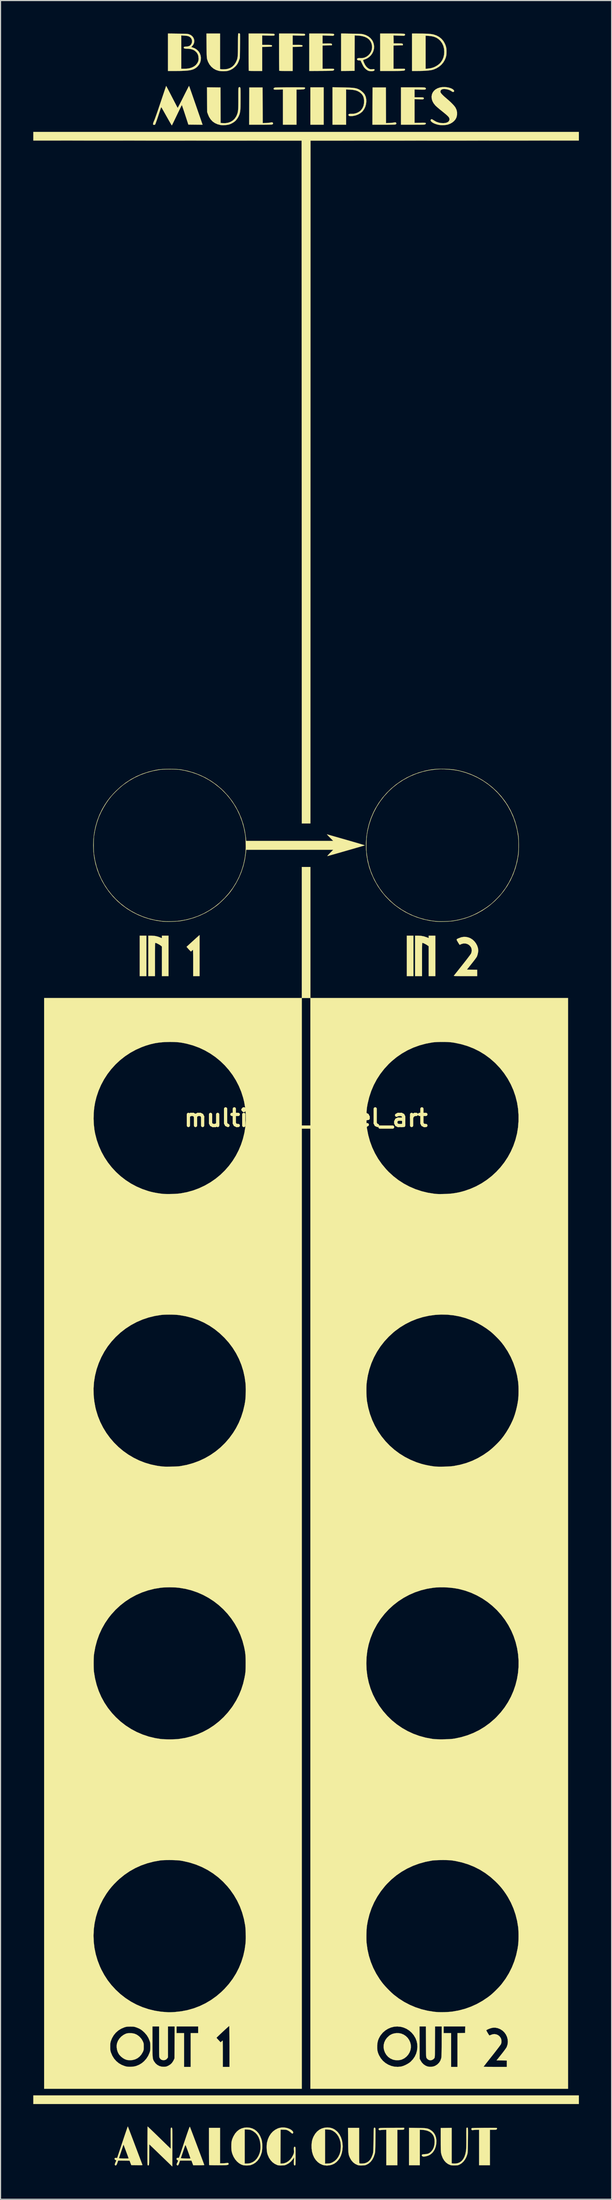
<source format=kicad_pcb>
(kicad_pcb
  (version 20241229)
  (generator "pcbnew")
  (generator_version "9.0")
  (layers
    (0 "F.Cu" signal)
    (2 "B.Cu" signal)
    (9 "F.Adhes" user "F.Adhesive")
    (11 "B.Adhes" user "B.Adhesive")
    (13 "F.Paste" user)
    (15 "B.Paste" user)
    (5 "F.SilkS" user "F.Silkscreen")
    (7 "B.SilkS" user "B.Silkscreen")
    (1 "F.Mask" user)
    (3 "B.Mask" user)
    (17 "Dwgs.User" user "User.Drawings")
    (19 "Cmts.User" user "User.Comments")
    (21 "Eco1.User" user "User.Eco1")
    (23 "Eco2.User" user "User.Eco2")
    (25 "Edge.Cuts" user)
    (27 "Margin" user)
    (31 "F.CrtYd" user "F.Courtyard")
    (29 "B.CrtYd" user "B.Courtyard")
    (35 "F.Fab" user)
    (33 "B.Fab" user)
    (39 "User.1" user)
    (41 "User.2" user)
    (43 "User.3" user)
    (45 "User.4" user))
  (footprint "multiples_panel_art"
    (layer "F.Cu")
    (at 24.999 99.443)
    (property "Reference" "multiples_panel_art" (at 0 0 0) (layer "F.SilkS") (effects (font (size 1.524 1.524) (thickness 0.3))))
    (attr through_hole)
    (fp_poly (pts (xy -14.63 -13.005) (xy -15.24 -13.005) (xy -15.24 -16.713) (xy -14.63 -16.713) (xy -14.63 -13.005)) (stroke (width 0.01) (type solid)) (fill yes) (layer "F.SilkS"))
    (fp_poly (pts (xy 0.406 -10.998) (xy -0.381 -10.998) (xy -0.381 -23.012) (xy 0.406 -23.012) (xy 0.406 -10.998)) (stroke (width 0.01) (type solid)) (fill yes) (layer "F.SilkS"))
    (fp_poly (pts (xy 1.626 -91.059) (xy 0.406 -91.059) (xy 0.406 -94.488) (xy 1.626 -94.488) (xy 1.626 -91.059)) (stroke (width 0.01) (type solid)) (fill yes) (layer "F.SilkS"))
    (fp_poly (pts (xy 9.855 -13.005) (xy 9.246 -13.005) (xy 9.246 -16.713) (xy 9.855 -16.713) (xy 9.855 -13.005)) (stroke (width 0.01) (type solid)) (fill yes) (layer "F.SilkS"))
    (fp_poly (pts (xy 25.019 90.399) (xy -24.994 90.399) (xy -24.994 89.611) (xy 25.019 89.611) (xy 25.019 90.399)) (stroke (width 0.01) (type solid)) (fill yes) (layer "F.SilkS"))
    (fp_poly (pts (xy 25.019 -89.611) (xy 12.719 -89.605) (xy 0.419 -89.599) (xy 0.413 -58.299) (xy 0.406 -27) (xy -0.381 -27) (xy -0.394 -89.599) (xy -12.694 -89.605) (xy -24.994 -89.611) (xy -24.994 -90.399) (xy 25.019 -90.399) (xy 25.019 -89.611)) (stroke (width 0.01) (type solid)) (fill yes) (layer "F.SilkS"))
    (fp_poly (pts (xy -3.969 -92.84) (xy -3.962 -91.204) (xy -3.664 -91.218) (xy -3.53 -91.227) (xy -3.399 -91.239) (xy -3.289 -91.253) (xy -3.229 -91.263) (xy -3.148 -91.279) (xy -3.099 -91.279) (xy -3.065 -91.263) (xy -3.044 -91.244) (xy -3.011 -91.185) (xy -3.025 -91.129) (xy -3.085 -91.085) (xy -3.091 -91.082) (xy -3.13 -91.077) (xy -3.213 -91.073) (xy -3.336 -91.068) (xy -3.492 -91.065) (xy -3.676 -91.062) (xy -3.883 -91.06) (xy -4.105 -91.059) (xy -4.18 -91.059) (xy -5.207 -91.059) (xy -5.194 -94.475) (xy -3.975 -94.475) (xy -3.969 -92.84)) (stroke (width 0.01) (type solid)) (fill yes) (layer "F.SilkS"))
    (fp_poly (pts (xy 7.334 -92.84) (xy 7.341 -91.204) (xy 7.639 -91.218) (xy 7.773 -91.227) (xy 7.904 -91.239) (xy 8.014 -91.253) (xy 8.074 -91.263) (xy 8.155 -91.279) (xy 8.204 -91.279) (xy 8.238 -91.263) (xy 8.259 -91.244) (xy 8.292 -91.185) (xy 8.278 -91.129) (xy 8.218 -91.085) (xy 8.212 -91.082) (xy 8.173 -91.077) (xy 8.09 -91.073) (xy 7.967 -91.068) (xy 7.811 -91.065) (xy 7.627 -91.062) (xy 7.42 -91.06) (xy 7.198 -91.059) (xy 7.123 -91.059) (xy 6.096 -91.059) (xy 6.109 -94.475) (xy 7.328 -94.475) (xy 7.334 -92.84)) (stroke (width 0.01) (type solid)) (fill yes) (layer "F.SilkS"))
    (fp_poly (pts (xy -9.754 -13.005) (xy -10.338 -13.005) (xy -10.338 -14.211) (xy -10.338 -14.453) (xy -10.339 -14.679) (xy -10.341 -14.884) (xy -10.343 -15.063) (xy -10.346 -15.21) (xy -10.349 -15.322) (xy -10.352 -15.393) (xy -10.356 -15.418) (xy -10.356 -15.418) (xy -10.383 -15.402) (xy -10.432 -15.361) (xy -10.457 -15.337) (xy -10.541 -15.256) (xy -10.619 -15.33) (xy -10.677 -15.388) (xy -10.751 -15.468) (xy -10.822 -15.548) (xy -10.947 -15.69) (xy -10.427 -16.165) (xy -10.286 -16.293) (xy -10.155 -16.412) (xy -10.038 -16.518) (xy -9.941 -16.606) (xy -9.87 -16.669) (xy -9.831 -16.704) (xy -9.83 -16.704) (xy -9.754 -16.769) (xy -9.754 -13.005)) (stroke (width 0.01) (type solid)) (fill yes) (layer "F.SilkS"))
    (fp_poly (pts (xy 9.013 92.631) (xy 9.014 92.683) (xy 8.996 92.719) (xy 8.953 92.742) (xy 8.876 92.755) (xy 8.759 92.76) (xy 8.671 92.761) (xy 8.382 92.761) (xy 8.382 96.012) (xy 7.366 96.012) (xy 7.366 92.754) (xy 7.093 92.767) (xy 6.977 92.775) (xy 6.877 92.783) (xy 6.806 92.792) (xy 6.779 92.798) (xy 6.73 92.794) (xy 6.683 92.759) (xy 6.656 92.709) (xy 6.655 92.696) (xy 6.674 92.657) (xy 6.712 92.623) (xy 6.733 92.614) (xy 6.769 92.606) (xy 6.824 92.6) (xy 6.903 92.595) (xy 7.009 92.591) (xy 7.147 92.587) (xy 7.322 92.585) (xy 7.538 92.583) (xy 7.799 92.581) (xy 7.887 92.58) (xy 9.004 92.575) (xy 9.013 92.631)) (stroke (width 0.01) (type solid)) (fill yes) (layer "F.SilkS"))
    (fp_poly (pts (xy 10.56 -16.697) (xy 10.823 -16.646) (xy 11.091 -16.556) (xy 11.1 -16.552) (xy 11.252 -16.491) (xy 11.252 -16.713) (xy 11.862 -16.713) (xy 11.862 -13.005) (xy 11.252 -13.005) (xy 11.252 -15.742) (xy 11.159 -15.813) (xy 11.084 -15.864) (xy 10.989 -15.92) (xy 10.889 -15.973) (xy 10.795 -16.017) (xy 10.721 -16.046) (xy 10.687 -16.053) (xy 10.678 -16.05) (xy 10.67 -16.041) (xy 10.663 -16.021) (xy 10.658 -15.986) (xy 10.653 -15.932) (xy 10.65 -15.857) (xy 10.647 -15.755) (xy 10.645 -15.624) (xy 10.644 -15.459) (xy 10.643 -15.257) (xy 10.643 -15.014) (xy 10.643 -14.726) (xy 10.643 -14.529) (xy 10.643 -13.005) (xy 10.008 -13.005) (xy 10.008 -16.713) (xy 10.283 -16.713) (xy 10.56 -16.697)) (stroke (width 0.01) (type solid)) (fill yes) (layer "F.SilkS"))
    (fp_poly (pts (xy -13.86 -16.691) (xy -13.565 -16.624) (xy -13.364 -16.547) (xy -13.289 -16.513) (xy -13.236 -16.491) (xy -13.218 -16.485) (xy -13.212 -16.507) (xy -13.208 -16.565) (xy -13.208 -16.599) (xy -13.208 -16.713) (xy -12.598 -16.713) (xy -12.598 -13.005) (xy -13.208 -13.005) (xy -13.208 -15.719) (xy -13.303 -15.798) (xy -13.376 -15.85) (xy -13.47 -15.908) (xy -13.572 -15.963) (xy -13.67 -16.011) (xy -13.75 -16.043) (xy -13.796 -16.053) (xy -13.805 -16.051) (xy -13.814 -16.044) (xy -13.821 -16.027) (xy -13.827 -15.997) (xy -13.831 -15.95) (xy -13.835 -15.882) (xy -13.838 -15.79) (xy -13.84 -15.669) (xy -13.841 -15.516) (xy -13.842 -15.327) (xy -13.843 -15.099) (xy -13.843 -14.826) (xy -13.843 -14.529) (xy -13.843 -13.005) (xy -14.453 -13.005) (xy -14.453 -16.713) (xy -14.178 -16.713) (xy -13.86 -16.691)) (stroke (width 0.01) (type solid)) (fill yes) (layer "F.SilkS"))
    (fp_poly (pts (xy 8.551 83.906) (xy 8.745 83.947) (xy 8.967 84.041) (xy 9.162 84.172) (xy 9.328 84.336) (xy 9.46 84.527) (xy 9.556 84.737) (xy 9.612 84.961) (xy 9.624 85.193) (xy 9.589 85.427) (xy 9.588 85.432) (xy 9.502 85.665) (xy 9.375 85.876) (xy 9.212 86.058) (xy 9.02 86.207) (xy 8.802 86.315) (xy 8.714 86.345) (xy 8.542 86.377) (xy 8.348 86.385) (xy 8.153 86.369) (xy 7.978 86.329) (xy 7.97 86.326) (xy 7.739 86.223) (xy 7.543 86.082) (xy 7.379 85.903) (xy 7.248 85.685) (xy 7.245 85.68) (xy 7.159 85.445) (xy 7.12 85.207) (xy 7.13 84.972) (xy 7.185 84.744) (xy 7.285 84.528) (xy 7.428 84.33) (xy 7.613 84.153) (xy 7.722 84.073) (xy 7.901 83.981) (xy 8.107 83.922) (xy 8.328 83.896) (xy 8.551 83.906)) (stroke (width 0.01) (type solid)) (fill yes) (layer "F.SilkS"))
    (fp_poly (pts (xy -7.874 95.834) (xy -7.647 95.834) (xy -7.526 95.831) (xy -7.406 95.822) (xy -7.31 95.808) (xy -7.293 95.805) (xy -7.187 95.792) (xy -7.119 95.81) (xy -7.091 95.859) (xy -7.092 95.895) (xy -7.099 95.925) (xy -7.115 95.95) (xy -7.145 95.969) (xy -7.193 95.984) (xy -7.264 95.995) (xy -7.363 96.003) (xy -7.495 96.007) (xy -7.665 96.01) (xy -7.878 96.011) (xy -8.041 96.012) (xy -8.24 96.011) (xy -8.422 96.01) (xy -8.582 96.008) (xy -8.712 96.005) (xy -8.808 96.001) (xy -8.863 95.997) (xy -8.873 95.995) (xy -8.876 95.967) (xy -8.879 95.893) (xy -8.881 95.777) (xy -8.883 95.622) (xy -8.886 95.433) (xy -8.887 95.215) (xy -8.889 94.971) (xy -8.889 94.706) (xy -8.89 94.423) (xy -8.89 94.281) (xy -8.89 92.583) (xy -7.874 92.583) (xy -7.874 95.834)) (stroke (width 0.01) (type solid)) (fill yes) (layer "F.SilkS"))
    (fp_poly (pts (xy 16.968 92.579) (xy 17.138 92.58) (xy 17.282 92.582) (xy 17.395 92.585) (xy 17.468 92.589) (xy 17.497 92.593) (xy 17.524 92.635) (xy 17.51 92.69) (xy 17.486 92.721) (xy 17.457 92.739) (xy 17.408 92.751) (xy 17.328 92.758) (xy 17.211 92.761) (xy 17.156 92.761) (xy 16.866 92.761) (xy 16.866 96.012) (xy 15.875 96.012) (xy 15.875 92.761) (xy 15.665 92.761) (xy 15.552 92.765) (xy 15.445 92.772) (xy 15.365 92.783) (xy 15.356 92.785) (xy 15.265 92.796) (xy 15.21 92.784) (xy 15.173 92.739) (xy 15.167 92.679) (xy 15.191 92.625) (xy 15.209 92.611) (xy 15.244 92.606) (xy 15.322 92.601) (xy 15.439 92.596) (xy 15.586 92.592) (xy 15.759 92.589) (xy 15.951 92.586) (xy 16.155 92.583) (xy 16.365 92.581) (xy 16.575 92.58) (xy 16.778 92.579) (xy 16.968 92.579)) (stroke (width 0.01) (type solid)) (fill yes) (layer "F.SilkS"))
    (fp_poly (pts (xy -0.679 -94.49) (xy -0.513 -94.489) (xy -0.382 -94.487) (xy -0.281 -94.485) (xy -0.207 -94.481) (xy -0.155 -94.476) (xy -0.121 -94.47) (xy -0.1 -94.462) (xy -0.09 -94.453) (xy -0.089 -94.453) (xy -0.078 -94.397) (xy -0.112 -94.349) (xy -0.184 -94.313) (xy -0.219 -94.305) (xy -0.286 -94.298) (xy -0.388 -94.292) (xy -0.509 -94.287) (xy -0.591 -94.286) (xy -0.864 -94.285) (xy -0.864 -91.059) (xy -2.108 -91.059) (xy -2.108 -94.291) (xy -2.518 -94.282) (xy -2.673 -94.279) (xy -2.784 -94.278) (xy -2.86 -94.28) (xy -2.909 -94.287) (xy -2.937 -94.297) (xy -2.954 -94.313) (xy -2.956 -94.317) (xy -2.97 -94.374) (xy -2.937 -94.424) (xy -2.865 -94.459) (xy -2.829 -94.467) (xy -2.785 -94.47) (xy -2.695 -94.474) (xy -2.565 -94.477) (xy -2.4 -94.48) (xy -2.205 -94.483) (xy -1.985 -94.485) (xy -1.746 -94.487) (xy -1.492 -94.488) (xy -1.423 -94.489) (xy -1.129 -94.489) (xy -0.883 -94.49) (xy -0.679 -94.49)) (stroke (width 0.01) (type solid)) (fill yes) (layer "F.SilkS"))
    (fp_poly (pts (xy -15.928 83.909) (xy -15.705 83.956) (xy -15.502 84.046) (xy -15.313 84.181) (xy -15.221 84.266) (xy -15.086 84.422) (xy -14.982 84.594) (xy -14.967 84.624) (xy -14.927 84.709) (xy -14.901 84.775) (xy -14.884 84.837) (xy -14.876 84.909) (xy -14.872 85.003) (xy -14.872 85.134) (xy -14.872 85.141) (xy -14.872 85.274) (xy -14.875 85.37) (xy -14.884 85.442) (xy -14.9 85.503) (xy -14.925 85.568) (xy -14.963 85.649) (xy -14.963 85.649) (xy -15.097 85.872) (xy -15.261 86.058) (xy -15.454 86.205) (xy -15.67 86.309) (xy -15.906 86.369) (xy -16.113 86.383) (xy -16.225 86.379) (xy -16.331 86.37) (xy -16.41 86.359) (xy -16.418 86.357) (xy -16.598 86.293) (xy -16.78 86.189) (xy -16.951 86.055) (xy -17.098 85.899) (xy -17.16 85.814) (xy -17.256 85.628) (xy -17.321 85.417) (xy -17.353 85.196) (xy -17.349 84.98) (xy -17.322 84.835) (xy -17.237 84.613) (xy -17.108 84.407) (xy -16.942 84.225) (xy -16.745 84.075) (xy -16.627 84.009) (xy -16.527 83.962) (xy -16.446 83.932) (xy -16.367 83.914) (xy -16.269 83.905) (xy -16.18 83.9) (xy -15.928 83.909)) (stroke (width 0.01) (type solid)) (fill yes) (layer "F.SilkS"))
    (fp_poly (pts (xy -3.807 -99.415) (xy -3.543 -99.413) (xy -3.324 -99.41) (xy -3.151 -99.406) (xy -3.024 -99.401) (xy -2.946 -99.395) (xy -2.919 -99.389) (xy -2.878 -99.343) (xy -2.875 -99.283) (xy -2.898 -99.246) (xy -2.931 -99.236) (xy -3.007 -99.23) (xy -3.129 -99.227) (xy -3.299 -99.228) (xy -3.469 -99.232) (xy -4.013 -99.245) (xy -4.013 -98.374) (xy -3.585 -98.374) (xy -3.423 -98.374) (xy -3.305 -98.371) (xy -3.223 -98.366) (xy -3.169 -98.358) (xy -3.138 -98.347) (xy -3.122 -98.334) (xy -3.103 -98.285) (xy -3.116 -98.251) (xy -3.132 -98.236) (xy -3.162 -98.224) (xy -3.214 -98.216) (xy -3.295 -98.21) (xy -3.411 -98.205) (xy -3.571 -98.202) (xy -3.578 -98.202) (xy -4.013 -98.195) (xy -4.013 -95.987) (xy -4.619 -95.987) (xy -4.789 -95.987) (xy -4.942 -95.989) (xy -5.071 -95.992) (xy -5.169 -95.996) (xy -5.227 -96) (xy -5.241 -96.004) (xy -5.244 -96.031) (xy -5.246 -96.105) (xy -5.249 -96.222) (xy -5.251 -96.377) (xy -5.253 -96.565) (xy -5.255 -96.784) (xy -5.256 -97.028) (xy -5.257 -97.293) (xy -5.258 -97.575) (xy -5.258 -97.718) (xy -5.258 -99.416) (xy -4.113 -99.416) (xy -3.807 -99.415)) (stroke (width 0.01) (type solid)) (fill yes) (layer "F.SilkS"))
    (fp_poly (pts (xy -1.013 -99.415) (xy -0.749 -99.413) (xy -0.53 -99.41) (xy -0.357 -99.406) (xy -0.23 -99.401) (xy -0.152 -99.395) (xy -0.125 -99.389) (xy -0.084 -99.343) (xy -0.081 -99.283) (xy -0.104 -99.246) (xy -0.137 -99.236) (xy -0.213 -99.23) (xy -0.335 -99.227) (xy -0.505 -99.228) (xy -0.675 -99.232) (xy -1.219 -99.245) (xy -1.219 -98.374) (xy -0.791 -98.374) (xy -0.629 -98.374) (xy -0.511 -98.371) (xy -0.429 -98.366) (xy -0.375 -98.358) (xy -0.344 -98.347) (xy -0.328 -98.334) (xy -0.309 -98.285) (xy -0.322 -98.251) (xy -0.338 -98.236) (xy -0.368 -98.224) (xy -0.42 -98.216) (xy -0.501 -98.21) (xy -0.617 -98.205) (xy -0.777 -98.202) (xy -0.784 -98.202) (xy -1.219 -98.195) (xy -1.219 -95.987) (xy -1.825 -95.987) (xy -1.995 -95.987) (xy -2.148 -95.989) (xy -2.277 -95.992) (xy -2.375 -95.996) (xy -2.433 -96) (xy -2.447 -96.004) (xy -2.45 -96.031) (xy -2.452 -96.105) (xy -2.455 -96.222) (xy -2.457 -96.377) (xy -2.459 -96.565) (xy -2.461 -96.784) (xy -2.462 -97.028) (xy -2.463 -97.293) (xy -2.464 -97.575) (xy -2.464 -97.718) (xy -2.464 -99.416) (xy -1.319 -99.416) (xy -1.013 -99.415)) (stroke (width 0.01) (type solid)) (fill yes) (layer "F.SilkS"))
    (fp_poly (pts (xy 1.677 -99.415) (xy 1.899 -99.415) (xy 2.08 -99.414) (xy 2.224 -99.412) (xy 2.334 -99.409) (xy 2.417 -99.405) (xy 2.475 -99.399) (xy 2.514 -99.393) (xy 2.538 -99.385) (xy 2.551 -99.376) (xy 2.583 -99.336) (xy 2.591 -99.317) (xy 2.57 -99.268) (xy 2.523 -99.226) (xy 2.476 -99.211) (xy 2.435 -99.212) (xy 2.353 -99.215) (xy 2.238 -99.219) (xy 2.1 -99.224) (xy 1.975 -99.228) (xy 1.524 -99.244) (xy 1.524 -98.497) (xy 1.93 -98.505) (xy 2.096 -98.506) (xy 2.216 -98.505) (xy 2.299 -98.498) (xy 2.351 -98.484) (xy 2.378 -98.462) (xy 2.386 -98.431) (xy 2.383 -98.396) (xy 2.375 -98.336) (xy 1.524 -98.322) (xy 1.524 -96.185) (xy 2.033 -96.193) (xy 2.211 -96.195) (xy 2.345 -96.195) (xy 2.44 -96.193) (xy 2.504 -96.188) (xy 2.543 -96.18) (xy 2.563 -96.168) (xy 2.566 -96.164) (xy 2.587 -96.122) (xy 2.578 -96.089) (xy 2.537 -96.048) (xy 2.522 -96.036) (xy 2.501 -96.026) (xy 2.471 -96.018) (xy 2.426 -96.012) (xy 2.361 -96.007) (xy 2.272 -96.003) (xy 2.155 -96) (xy 2.003 -95.997) (xy 1.814 -95.995) (xy 1.582 -95.993) (xy 1.394 -95.992) (xy 0.305 -95.985) (xy 0.305 -99.416) (xy 1.408 -99.416) (xy 1.677 -99.415)) (stroke (width 0.01) (type solid)) (fill yes) (layer "F.SilkS"))
    (fp_poly (pts (xy 8.179 -99.415) (xy 8.402 -99.415) (xy 8.583 -99.414) (xy 8.726 -99.412) (xy 8.837 -99.409) (xy 8.919 -99.405) (xy 8.977 -99.399) (xy 9.016 -99.393) (xy 9.041 -99.385) (xy 9.053 -99.376) (xy 9.085 -99.336) (xy 9.093 -99.317) (xy 9.072 -99.268) (xy 9.025 -99.226) (xy 8.978 -99.211) (xy 8.937 -99.212) (xy 8.855 -99.215) (xy 8.74 -99.219) (xy 8.603 -99.224) (xy 8.477 -99.228) (xy 8.025 -99.244) (xy 8.032 -98.879) (xy 8.039 -98.514) (xy 8.438 -98.513) (xy 8.603 -98.512) (xy 8.723 -98.508) (xy 8.805 -98.499) (xy 8.855 -98.484) (xy 8.881 -98.46) (xy 8.888 -98.427) (xy 8.886 -98.396) (xy 8.877 -98.336) (xy 8.026 -98.322) (xy 8.026 -96.185) (xy 8.515 -96.19) (xy 8.669 -96.192) (xy 8.806 -96.193) (xy 8.918 -96.193) (xy 8.996 -96.193) (xy 9.033 -96.193) (xy 9.033 -96.193) (xy 9.068 -96.168) (xy 9.083 -96.116) (xy 9.077 -96.076) (xy 9.064 -96.055) (xy 9.037 -96.038) (xy 8.994 -96.023) (xy 8.931 -96.012) (xy 8.842 -96.003) (xy 8.723 -95.996) (xy 8.571 -95.992) (xy 8.382 -95.989) (xy 8.15 -95.987) (xy 7.872 -95.987) (xy 7.842 -95.987) (xy 6.807 -95.987) (xy 6.807 -99.416) (xy 7.91 -99.416) (xy 8.179 -99.415)) (stroke (width 0.01) (type solid)) (fill yes) (layer "F.SilkS"))
    (fp_poly (pts (xy 3.346 -94.479) (xy 3.637 -94.473) (xy 3.882 -94.465) (xy 4.088 -94.455) (xy 4.26 -94.443) (xy 4.403 -94.427) (xy 4.525 -94.407) (xy 4.63 -94.383) (xy 4.724 -94.352) (xy 4.813 -94.316) (xy 4.876 -94.285) (xy 5.008 -94.205) (xy 5.143 -94.099) (xy 5.267 -93.981) (xy 5.365 -93.863) (xy 5.394 -93.818) (xy 5.481 -93.621) (xy 5.528 -93.404) (xy 5.536 -93.175) (xy 5.508 -92.942) (xy 5.444 -92.716) (xy 5.345 -92.504) (xy 5.213 -92.315) (xy 5.153 -92.249) (xy 4.973 -92.103) (xy 4.76 -91.986) (xy 4.524 -91.902) (xy 4.276 -91.855) (xy 4.125 -91.847) (xy 4.029 -91.851) (xy 3.968 -91.865) (xy 3.928 -91.893) (xy 3.925 -91.896) (xy 3.892 -91.956) (xy 3.904 -92.004) (xy 3.958 -92.039) (xy 4.048 -92.058) (xy 4.166 -92.057) (xy 4.37 -92.062) (xy 4.576 -92.106) (xy 4.771 -92.186) (xy 4.943 -92.295) (xy 5.052 -92.396) (xy 5.184 -92.58) (xy 5.274 -92.787) (xy 5.322 -93.02) (xy 5.329 -93.279) (xy 5.305 -93.487) (xy 5.25 -93.661) (xy 5.159 -93.814) (xy 5.071 -93.914) (xy 4.917 -94.042) (xy 4.739 -94.141) (xy 4.532 -94.212) (xy 4.29 -94.257) (xy 4.032 -94.278) (xy 3.683 -94.292) (xy 3.683 -91.059) (xy 2.438 -91.059) (xy 2.438 -94.496) (xy 3.346 -94.479)) (stroke (width 0.01) (type solid)) (fill yes) (layer "F.SilkS"))
    (fp_poly (pts (xy 10.204 92.59) (xy 10.449 92.594) (xy 10.649 92.6) (xy 10.812 92.607) (xy 10.944 92.618) (xy 11.051 92.632) (xy 11.14 92.65) (xy 11.217 92.674) (xy 11.29 92.705) (xy 11.364 92.742) (xy 11.374 92.748) (xy 11.567 92.881) (xy 11.724 93.048) (xy 11.844 93.245) (xy 11.923 93.469) (xy 11.961 93.717) (xy 11.963 93.809) (xy 11.944 94.088) (xy 11.886 94.348) (xy 11.793 94.582) (xy 11.665 94.785) (xy 11.556 94.906) (xy 11.393 95.038) (xy 11.219 95.13) (xy 11.019 95.189) (xy 10.942 95.203) (xy 10.84 95.217) (xy 10.773 95.221) (xy 10.727 95.213) (xy 10.688 95.194) (xy 10.683 95.19) (xy 10.629 95.141) (xy 10.622 95.089) (xy 10.642 95.047) (xy 10.671 95.027) (xy 10.733 95.011) (xy 10.836 95) (xy 10.918 94.994) (xy 11.084 94.977) (xy 11.216 94.944) (xy 11.326 94.888) (xy 11.431 94.803) (xy 11.5 94.734) (xy 11.627 94.566) (xy 11.717 94.377) (xy 11.773 94.161) (xy 11.795 93.911) (xy 11.796 93.866) (xy 11.787 93.656) (xy 11.755 93.48) (xy 11.698 93.327) (xy 11.625 93.202) (xy 11.489 93.049) (xy 11.316 92.928) (xy 11.105 92.841) (xy 10.855 92.786) (xy 10.691 92.77) (xy 10.439 92.753) (xy 10.439 96.012) (xy 9.449 96.012) (xy 9.449 92.578) (xy 10.204 92.59)) (stroke (width 0.01) (type solid)) (fill yes) (layer "F.SilkS"))
    (fp_poly (pts (xy 10.408 -99.415) (xy 10.705 -99.413) (xy 10.958 -99.408) (xy 11.172 -99.399) (xy 11.353 -99.385) (xy 11.508 -99.366) (xy 11.642 -99.343) (xy 11.719 -99.325) (xy 11.982 -99.233) (xy 12.219 -99.102) (xy 12.426 -98.933) (xy 12.598 -98.733) (xy 12.72 -98.524) (xy 12.795 -98.355) (xy 12.845 -98.203) (xy 12.874 -98.051) (xy 12.888 -97.879) (xy 12.89 -97.752) (xy 12.884 -97.558) (xy 12.865 -97.396) (xy 12.829 -97.246) (xy 12.77 -97.09) (xy 12.72 -96.979) (xy 12.587 -96.757) (xy 12.413 -96.555) (xy 12.205 -96.378) (xy 11.969 -96.233) (xy 11.713 -96.123) (xy 11.59 -96.087) (xy 11.436 -96.056) (xy 11.237 -96.031) (xy 10.998 -96.011) (xy 10.723 -95.996) (xy 10.418 -95.989) (xy 10.204 -95.987) (xy 9.728 -95.987) (xy 9.728 -96.185) (xy 10.973 -96.185) (xy 11.17 -96.202) (xy 11.292 -96.216) (xy 11.42 -96.236) (xy 11.519 -96.256) (xy 11.732 -96.326) (xy 11.94 -96.429) (xy 12.132 -96.556) (xy 12.294 -96.699) (xy 12.373 -96.791) (xy 12.516 -97.014) (xy 12.613 -97.247) (xy 12.667 -97.499) (xy 12.682 -97.739) (xy 12.661 -98.027) (xy 12.596 -98.288) (xy 12.488 -98.524) (xy 12.337 -98.734) (xy 12.281 -98.794) (xy 12.115 -98.938) (xy 11.934 -99.048) (xy 11.73 -99.128) (xy 11.496 -99.179) (xy 11.246 -99.204) (xy 10.973 -99.22) (xy 10.973 -96.185) (xy 9.728 -96.185) (xy 9.728 -99.416) (xy 10.408 -99.415)) (stroke (width 0.01) (type solid)) (fill yes) (layer "F.SilkS"))
    (fp_poly (pts (xy 10.067 -94.488) (xy 10.288 -94.487) (xy 10.468 -94.486) (xy 10.611 -94.484) (xy 10.722 -94.48) (xy 10.804 -94.476) (xy 10.863 -94.471) (xy 10.904 -94.464) (xy 10.93 -94.455) (xy 10.942 -94.448) (xy 10.99 -94.399) (xy 10.991 -94.344) (xy 10.973 -94.31) (xy 10.958 -94.297) (xy 10.927 -94.287) (xy 10.875 -94.281) (xy 10.793 -94.278) (xy 10.677 -94.278) (xy 10.518 -94.28) (xy 10.453 -94.281) (xy 9.957 -94.29) (xy 9.957 -93.574) (xy 10.349 -93.574) (xy 10.504 -93.573) (xy 10.616 -93.57) (xy 10.693 -93.564) (xy 10.743 -93.554) (xy 10.773 -93.54) (xy 10.78 -93.534) (xy 10.814 -93.492) (xy 10.811 -93.458) (xy 10.779 -93.417) (xy 10.759 -93.4) (xy 10.731 -93.388) (xy 10.686 -93.382) (xy 10.617 -93.38) (xy 10.514 -93.381) (xy 10.37 -93.387) (xy 10.347 -93.388) (xy 9.957 -93.404) (xy 9.957 -91.23) (xy 10.456 -91.24) (xy 10.627 -91.243) (xy 10.755 -91.244) (xy 10.847 -91.243) (xy 10.908 -91.239) (xy 10.946 -91.231) (xy 10.969 -91.22) (xy 10.982 -91.204) (xy 10.983 -91.203) (xy 10.995 -91.164) (xy 10.972 -91.126) (xy 10.951 -91.108) (xy 10.934 -91.096) (xy 10.913 -91.086) (xy 10.883 -91.079) (xy 10.839 -91.072) (xy 10.776 -91.068) (xy 10.69 -91.064) (xy 10.576 -91.062) (xy 10.429 -91.06) (xy 10.244 -91.059) (xy 10.017 -91.059) (xy 9.802 -91.059) (xy 8.712 -91.059) (xy 8.712 -94.488) (xy 9.799 -94.488) (xy 10.067 -94.488)) (stroke (width 0.01) (type solid)) (fill yes) (layer "F.SilkS"))
    (fp_poly (pts (xy 1.968 92.549) (xy 2.22 92.572) (xy 2.447 92.638) (xy 2.656 92.75) (xy 2.85 92.909) (xy 2.926 92.987) (xy 3.083 93.198) (xy 3.207 93.441) (xy 3.296 93.708) (xy 3.35 93.993) (xy 3.367 94.29) (xy 3.347 94.59) (xy 3.288 94.887) (xy 3.203 95.144) (xy 3.098 95.353) (xy 2.958 95.549) (xy 2.795 95.72) (xy 2.617 95.854) (xy 2.597 95.866) (xy 2.39 95.961) (xy 2.162 96.019) (xy 1.927 96.04) (xy 1.698 96.022) (xy 1.521 95.977) (xy 1.289 95.869) (xy 1.284 95.866) (xy 1.753 95.866) (xy 1.988 95.855) (xy 2.112 95.848) (xy 2.206 95.834) (xy 2.291 95.808) (xy 2.388 95.767) (xy 2.418 95.753) (xy 2.627 95.626) (xy 2.808 95.459) (xy 2.959 95.254) (xy 3.077 95.015) (xy 3.138 94.831) (xy 3.17 94.67) (xy 3.189 94.479) (xy 3.196 94.275) (xy 3.189 94.076) (xy 3.169 93.902) (xy 3.164 93.877) (xy 3.091 93.619) (xy 2.984 93.382) (xy 2.845 93.175) (xy 2.679 93.001) (xy 2.49 92.867) (xy 2.421 92.831) (xy 2.328 92.791) (xy 2.246 92.765) (xy 2.157 92.75) (xy 2.04 92.741) (xy 2 92.74) (xy 1.753 92.729) (xy 1.753 95.866) (xy 1.284 95.866) (xy 1.083 95.72) (xy 0.905 95.533) (xy 0.758 95.313) (xy 0.644 95.063) (xy 0.564 94.786) (xy 0.521 94.485) (xy 0.515 94.171) (xy 0.53 93.961) (xy 0.556 93.786) (xy 0.598 93.627) (xy 0.659 93.467) (xy 0.71 93.358) (xy 0.852 93.119) (xy 1.024 92.92) (xy 1.223 92.761) (xy 1.446 92.645) (xy 1.691 92.574) (xy 1.953 92.549) (xy 1.968 92.549)) (stroke (width 0.01) (type solid)) (fill yes) (layer "F.SilkS"))
    (fp_poly (pts (xy -6.113 -99.437) (xy -6.063 -99.413) (xy -6.051 -99.397) (xy -6.046 -99.362) (xy -6.043 -99.283) (xy -6.041 -99.164) (xy -6.04 -99.01) (xy -6.04 -98.827) (xy -6.041 -98.621) (xy -6.043 -98.397) (xy -6.045 -98.26) (xy -6.06 -97.168) (xy -6.127 -96.977) (xy -6.201 -96.789) (xy -6.281 -96.635) (xy -6.379 -96.499) (xy -6.501 -96.368) (xy -6.709 -96.197) (xy -6.941 -96.07) (xy -7.149 -96) (xy -7.271 -95.979) (xy -7.425 -95.967) (xy -7.596 -95.964) (xy -7.766 -95.97) (xy -7.918 -95.985) (xy -8.011 -96.002) (xy -8.261 -96.087) (xy -8.485 -96.215) (xy -8.681 -96.383) (xy -8.845 -96.586) (xy -8.974 -96.823) (xy -9.056 -97.053) (xy -9.067 -97.099) (xy -9.077 -97.151) (xy -9.085 -97.214) (xy -9.091 -97.293) (xy -9.096 -97.393) (xy -9.101 -97.52) (xy -9.104 -97.679) (xy -9.107 -97.874) (xy -9.11 -98.111) (xy -9.112 -98.317) (xy -9.122 -99.416) (xy -7.874 -99.416) (xy -7.874 -96.17) (xy -7.817 -96.155) (xy -7.737 -96.143) (xy -7.623 -96.139) (xy -7.492 -96.142) (xy -7.359 -96.15) (xy -7.242 -96.165) (xy -7.177 -96.178) (xy -6.946 -96.261) (xy -6.749 -96.383) (xy -6.583 -96.544) (xy -6.447 -96.746) (xy -6.412 -96.814) (xy -6.372 -96.9) (xy -6.338 -96.978) (xy -6.311 -97.056) (xy -6.289 -97.137) (xy -6.272 -97.229) (xy -6.259 -97.337) (xy -6.25 -97.465) (xy -6.243 -97.621) (xy -6.239 -97.81) (xy -6.236 -98.037) (xy -6.235 -98.308) (xy -6.234 -98.365) (xy -6.233 -98.588) (xy -6.231 -98.796) (xy -6.228 -98.983) (xy -6.225 -99.143) (xy -6.221 -99.271) (xy -6.217 -99.361) (xy -6.213 -99.408) (xy -6.212 -99.413) (xy -6.171 -99.438) (xy -6.113 -99.437)) (stroke (width 0.01) (type solid)) (fill yes) (layer "F.SilkS"))
    (fp_poly (pts (xy 14.69 -16.599) (xy 14.916 -16.544) (xy 15.095 -16.468) (xy 15.282 -16.348) (xy 15.449 -16.19) (xy 15.59 -16.004) (xy 15.699 -15.799) (xy 15.77 -15.584) (xy 15.798 -15.369) (xy 15.798 -15.347) (xy 15.788 -15.229) (xy 15.762 -15.087) (xy 15.725 -14.943) (xy 15.683 -14.82) (xy 15.668 -14.787) (xy 15.637 -14.736) (xy 15.579 -14.653) (xy 15.499 -14.543) (xy 15.401 -14.414) (xy 15.291 -14.271) (xy 15.185 -14.137) (xy 14.758 -13.602) (xy 15.228 -13.595) (xy 15.697 -13.588) (xy 15.697 -13.005) (xy 14.615 -13.005) (xy 14.343 -13.005) (xy 14.119 -13.006) (xy 13.939 -13.008) (xy 13.798 -13.01) (xy 13.693 -13.013) (xy 13.62 -13.018) (xy 13.576 -13.024) (xy 13.557 -13.03) (xy 13.557 -13.037) (xy 13.577 -13.062) (xy 13.626 -13.124) (xy 13.7 -13.217) (xy 13.796 -13.338) (xy 13.911 -13.482) (xy 14.041 -13.646) (xy 14.183 -13.826) (xy 14.328 -14.008) (xy 14.481 -14.202) (xy 14.627 -14.388) (xy 14.761 -14.561) (xy 14.88 -14.717) (xy 14.98 -14.85) (xy 15.059 -14.958) (xy 15.113 -15.034) (xy 15.136 -15.072) (xy 15.183 -15.21) (xy 15.198 -15.366) (xy 15.181 -15.518) (xy 15.154 -15.603) (xy 15.062 -15.752) (xy 14.938 -15.87) (xy 14.789 -15.952) (xy 14.624 -15.995) (xy 14.45 -15.998) (xy 14.278 -15.955) (xy 14.222 -15.931) (xy 14.153 -15.899) (xy 14.105 -15.879) (xy 14.092 -15.875) (xy 14.074 -15.895) (xy 14.036 -15.951) (xy 13.985 -16.033) (xy 13.932 -16.119) (xy 13.867 -16.229) (xy 13.827 -16.304) (xy 13.815 -16.354) (xy 13.832 -16.391) (xy 13.88 -16.422) (xy 13.96 -16.46) (xy 13.987 -16.473) (xy 14.23 -16.563) (xy 14.462 -16.605) (xy 14.69 -16.599)) (stroke (width 0.01) (type solid)) (fill yes) (layer "F.SilkS"))
    (fp_poly (pts (xy -6.07 -94.504) (xy -6.036 -94.481) (xy -6.025 -94.47) (xy -6.016 -94.451) (xy -6.009 -94.419) (xy -6.003 -94.369) (xy -5.999 -94.297) (xy -5.996 -94.198) (xy -5.995 -94.067) (xy -5.994 -93.9) (xy -5.994 -93.691) (xy -5.994 -93.452) (xy -5.995 -93.169) (xy -5.997 -92.931) (xy -6 -92.733) (xy -6.006 -92.568) (xy -6.014 -92.431) (xy -6.026 -92.317) (xy -6.041 -92.219) (xy -6.06 -92.132) (xy -6.083 -92.05) (xy -6.111 -91.968) (xy -6.12 -91.944) (xy -6.192 -91.788) (xy -6.289 -91.628) (xy -6.398 -91.484) (xy -6.467 -91.41) (xy -6.611 -91.295) (xy -6.784 -91.19) (xy -6.965 -91.107) (xy -7.036 -91.082) (xy -7.169 -91.052) (xy -7.334 -91.03) (xy -7.51 -91.019) (xy -7.68 -91.019) (xy -7.824 -91.032) (xy -7.842 -91.035) (xy -8.116 -91.106) (xy -8.357 -91.217) (xy -8.566 -91.366) (xy -8.741 -91.555) (xy -8.884 -91.782) (xy -8.977 -91.998) (xy -9.055 -92.215) (xy -9.063 -93.352) (xy -9.071 -94.489) (xy -8.453 -94.482) (xy -7.836 -94.475) (xy -7.829 -92.847) (xy -7.823 -91.219) (xy -7.65 -91.204) (xy -7.376 -91.202) (xy -7.126 -91.244) (xy -6.9 -91.326) (xy -6.702 -91.449) (xy -6.535 -91.611) (xy -6.4 -91.81) (xy -6.335 -91.948) (xy -6.302 -92.035) (xy -6.274 -92.118) (xy -6.252 -92.204) (xy -6.235 -92.298) (xy -6.221 -92.405) (xy -6.211 -92.533) (xy -6.205 -92.686) (xy -6.201 -92.87) (xy -6.199 -93.091) (xy -6.198 -93.355) (xy -6.198 -93.47) (xy -6.198 -93.72) (xy -6.198 -93.924) (xy -6.197 -94.087) (xy -6.195 -94.214) (xy -6.192 -94.309) (xy -6.188 -94.377) (xy -6.182 -94.424) (xy -6.175 -94.454) (xy -6.165 -94.472) (xy -6.156 -94.481) (xy -6.108 -94.509) (xy -6.07 -94.504)) (stroke (width 0.01) (type solid)) (fill yes) (layer "F.SilkS"))
    (fp_poly (pts (xy -14.496 92.475) (xy -14.443 92.522) (xy -14.361 92.599) (xy -14.253 92.701) (xy -14.122 92.827) (xy -13.971 92.972) (xy -13.805 93.133) (xy -13.625 93.307) (xy -13.532 93.399) (xy -13.344 93.581) (xy -13.166 93.756) (xy -12.999 93.917) (xy -12.849 94.063) (xy -12.719 94.19) (xy -12.613 94.293) (xy -12.533 94.369) (xy -12.485 94.415) (xy -12.475 94.424) (xy -12.391 94.501) (xy -12.399 93.55) (xy -12.4 93.305) (xy -12.401 93.104) (xy -12.402 92.945) (xy -12.4 92.823) (xy -12.398 92.731) (xy -12.394 92.666) (xy -12.388 92.622) (xy -12.381 92.595) (xy -12.371 92.579) (xy -12.363 92.573) (xy -12.317 92.561) (xy -12.281 92.585) (xy -12.274 92.597) (xy -12.267 92.619) (xy -12.262 92.656) (xy -12.257 92.71) (xy -12.253 92.785) (xy -12.251 92.884) (xy -12.249 93.011) (xy -12.247 93.17) (xy -12.247 93.363) (xy -12.247 93.595) (xy -12.247 93.869) (xy -12.248 94.188) (xy -12.249 94.375) (xy -12.255 96.126) (xy -14.364 94.09) (xy -14.37 95.035) (xy -14.372 95.283) (xy -14.375 95.485) (xy -14.377 95.645) (xy -14.381 95.769) (xy -14.385 95.862) (xy -14.39 95.928) (xy -14.397 95.972) (xy -14.406 95.999) (xy -14.416 96.013) (xy -14.417 96.014) (xy -14.468 96.033) (xy -14.496 96.022) (xy -14.504 96.013) (xy -14.51 95.994) (xy -14.516 95.961) (xy -14.521 95.912) (xy -14.524 95.841) (xy -14.527 95.747) (xy -14.529 95.625) (xy -14.531 95.473) (xy -14.532 95.285) (xy -14.532 95.06) (xy -14.532 94.794) (xy -14.531 94.483) (xy -14.531 94.234) (xy -14.53 93.939) (xy -14.528 93.66) (xy -14.527 93.399) (xy -14.525 93.162) (xy -14.524 92.953) (xy -14.522 92.775) (xy -14.52 92.633) (xy -14.518 92.53) (xy -14.516 92.472) (xy -14.515 92.459) (xy -14.496 92.475)) (stroke (width 0.01) (type solid)) (fill yes) (layer "F.SilkS"))
    (fp_poly (pts (xy -5.16 92.571) (xy -4.919 92.638) (xy -4.7 92.749) (xy -4.506 92.903) (xy -4.339 93.097) (xy -4.199 93.331) (xy -4.089 93.604) (xy -4.049 93.739) (xy -4.022 93.89) (xy -4.005 94.074) (xy -4.001 94.277) (xy -4.007 94.481) (xy -4.025 94.672) (xy -4.054 94.834) (xy -4.06 94.856) (xy -4.157 95.139) (xy -4.286 95.389) (xy -4.445 95.602) (xy -4.632 95.776) (xy -4.843 95.91) (xy -5.077 95.999) (xy -5.083 96.001) (xy -5.195 96.02) (xy -5.336 96.031) (xy -5.489 96.033) (xy -5.632 96.026) (xy -5.746 96.01) (xy -5.75 96.009) (xy -5.947 95.939) (xy -6.078 95.86) (xy -5.613 95.86) (xy -5.425 95.86) (xy -5.269 95.849) (xy -5.119 95.822) (xy -5.082 95.811) (xy -4.862 95.717) (xy -4.668 95.58) (xy -4.503 95.4) (xy -4.365 95.179) (xy -4.345 95.138) (xy -4.267 94.958) (xy -4.214 94.789) (xy -4.182 94.614) (xy -4.167 94.416) (xy -4.166 94.294) (xy -4.185 93.983) (xy -4.242 93.701) (xy -4.336 93.449) (xy -4.465 93.23) (xy -4.629 93.045) (xy -4.827 92.896) (xy -4.923 92.843) (xy -5.019 92.798) (xy -5.097 92.769) (xy -5.174 92.752) (xy -5.271 92.743) (xy -5.364 92.739) (xy -5.613 92.731) (xy -5.613 95.86) (xy -6.078 95.86) (xy -6.139 95.823) (xy -6.318 95.67) (xy -6.479 95.485) (xy -6.613 95.273) (xy -6.641 95.219) (xy -6.718 95.046) (xy -6.774 94.889) (xy -6.811 94.733) (xy -6.833 94.563) (xy -6.842 94.363) (xy -6.842 94.272) (xy -6.839 94.07) (xy -6.826 93.903) (xy -6.799 93.756) (xy -6.756 93.613) (xy -6.693 93.46) (xy -6.639 93.348) (xy -6.497 93.109) (xy -6.327 92.911) (xy -6.13 92.754) (xy -5.909 92.64) (xy -5.667 92.572) (xy -5.423 92.549) (xy -5.16 92.571)) (stroke (width 0.01) (type solid)) (fill yes) (layer "F.SilkS"))
    (fp_poly (pts (xy 14.819 92.566) (xy 14.829 92.573) (xy 14.838 92.588) (xy 14.845 92.616) (xy 14.85 92.66) (xy 14.853 92.726) (xy 14.856 92.818) (xy 14.857 92.941) (xy 14.857 93.097) (xy 14.856 93.294) (xy 14.854 93.533) (xy 14.852 93.707) (xy 14.85 93.984) (xy 14.847 94.215) (xy 14.843 94.406) (xy 14.84 94.561) (xy 14.835 94.685) (xy 14.829 94.783) (xy 14.823 94.86) (xy 14.814 94.921) (xy 14.805 94.972) (xy 14.799 94.996) (xy 14.712 95.245) (xy 14.594 95.471) (xy 14.447 95.668) (xy 14.278 95.827) (xy 14.104 95.938) (xy 14.023 95.976) (xy 13.955 96.001) (xy 13.885 96.017) (xy 13.798 96.025) (xy 13.678 96.03) (xy 13.652 96.03) (xy 13.505 96.031) (xy 13.393 96.025) (xy 13.302 96.01) (xy 13.233 95.991) (xy 13.022 95.895) (xy 12.835 95.756) (xy 12.675 95.577) (xy 12.544 95.36) (xy 12.445 95.109) (xy 12.404 94.958) (xy 12.393 94.903) (xy 12.383 94.843) (xy 12.376 94.775) (xy 12.37 94.693) (xy 12.365 94.59) (xy 12.362 94.462) (xy 12.36 94.303) (xy 12.358 94.108) (xy 12.358 93.872) (xy 12.357 93.675) (xy 12.357 92.596) (xy 13.36 92.582) (xy 13.36 95.832) (xy 13.451 95.849) (xy 13.523 95.856) (xy 13.624 95.858) (xy 13.729 95.854) (xy 13.937 95.817) (xy 14.122 95.736) (xy 14.283 95.611) (xy 14.42 95.444) (xy 14.53 95.236) (xy 14.615 94.987) (xy 14.672 94.699) (xy 14.681 94.624) (xy 14.689 94.522) (xy 14.696 94.374) (xy 14.7 94.187) (xy 14.703 93.966) (xy 14.704 93.718) (xy 14.703 93.487) (xy 14.701 93.249) (xy 14.7 93.056) (xy 14.701 92.905) (xy 14.703 92.789) (xy 14.706 92.704) (xy 14.71 92.645) (xy 14.717 92.607) (xy 14.726 92.585) (xy 14.736 92.575) (xy 14.792 92.561) (xy 14.819 92.566)) (stroke (width 0.01) (type solid)) (fill yes) (layer "F.SilkS"))
    (fp_poly (pts (xy -16.321 92.48) (xy -16.292 92.551) (xy -16.245 92.67) (xy -16.181 92.836) (xy -16.1 93.049) (xy -16.001 93.308) (xy -15.884 93.615) (xy -15.75 93.969) (xy -15.599 94.369) (xy -15.431 94.815) (xy -15.245 95.308) (xy -15.042 95.847) (xy -14.992 95.981) (xy -14.998 95.992) (xy -15.028 96) (xy -15.087 96.005) (xy -15.182 96.008) (xy -15.316 96.008) (xy -15.496 96.006) (xy -15.497 96.006) (xy -16.013 95.999) (xy -16.092 95.796) (xy -16.17 95.593) (xy -16.694 95.586) (xy -17.217 95.579) (xy -17.285 95.783) (xy -17.325 95.89) (xy -17.364 95.97) (xy -17.397 96.011) (xy -17.4 96.012) (xy -17.444 96.034) (xy -17.471 96.03) (xy -17.496 96.007) (xy -17.519 95.97) (xy -17.522 95.921) (xy -17.502 95.849) (xy -17.459 95.744) (xy -17.453 95.731) (xy -17.38 95.571) (xy -17.459 95.531) (xy -17.526 95.479) (xy -17.55 95.422) (xy -17.534 95.371) (xy -17.51 95.356) (xy -17.134 95.356) (xy -17.109 95.371) (xy -17.049 95.38) (xy -17 95.384) (xy -16.871 95.39) (xy -16.734 95.395) (xy -16.599 95.397) (xy -16.474 95.397) (xy -16.369 95.395) (xy -16.294 95.391) (xy -16.258 95.385) (xy -16.256 95.383) (xy -16.264 95.355) (xy -16.288 95.286) (xy -16.325 95.183) (xy -16.374 95.051) (xy -16.431 94.897) (xy -16.49 94.737) (xy -16.726 94.109) (xy -16.923 94.699) (xy -16.978 94.864) (xy -17.029 95.016) (xy -17.072 95.145) (xy -17.106 95.246) (xy -17.127 95.311) (xy -17.134 95.331) (xy -17.134 95.356) (xy -17.51 95.356) (xy -17.482 95.339) (xy -17.4 95.336) (xy -17.309 95.35) (xy -16.827 93.903) (xy -16.741 93.644) (xy -16.659 93.4) (xy -16.583 93.174) (xy -16.514 92.972) (xy -16.454 92.798) (xy -16.405 92.654) (xy -16.367 92.547) (xy -16.343 92.479) (xy -16.332 92.456) (xy -16.332 92.456) (xy -16.321 92.48)) (stroke (width 0.01) (type solid)) (fill yes) (layer "F.SilkS"))
    (fp_poly (pts (xy 4.147 -99.408) (xy 4.409 -99.404) (xy 4.625 -99.399) (xy 4.802 -99.394) (xy 4.943 -99.388) (xy 5.055 -99.38) (xy 5.143 -99.371) (xy 5.212 -99.361) (xy 5.242 -99.354) (xy 5.494 -99.273) (xy 5.717 -99.156) (xy 5.906 -99.006) (xy 6.058 -98.825) (xy 6.138 -98.685) (xy 6.217 -98.466) (xy 6.249 -98.243) (xy 6.236 -98.022) (xy 6.181 -97.808) (xy 6.087 -97.606) (xy 5.956 -97.423) (xy 5.79 -97.263) (xy 5.594 -97.132) (xy 5.369 -97.036) (xy 5.34 -97.027) (xy 5.288 -97.01) (xy 5.257 -96.993) (xy 5.247 -96.964) (xy 5.256 -96.915) (xy 5.285 -96.836) (xy 5.322 -96.744) (xy 5.422 -96.54) (xy 5.543 -96.373) (xy 5.68 -96.247) (xy 5.788 -96.184) (xy 5.86 -96.157) (xy 5.931 -96.145) (xy 6.021 -96.146) (xy 6.083 -96.151) (xy 6.181 -96.158) (xy 6.24 -96.157) (xy 6.27 -96.146) (xy 6.282 -96.128) (xy 6.287 -96.062) (xy 6.245 -96.011) (xy 6.16 -95.978) (xy 6.034 -95.964) (xy 5.987 -95.963) (xy 5.88 -95.971) (xy 5.775 -95.989) (xy 5.72 -96.004) (xy 5.648 -96.04) (xy 5.558 -96.101) (xy 5.468 -96.174) (xy 5.457 -96.185) (xy 5.388 -96.253) (xy 5.331 -96.32) (xy 5.278 -96.399) (xy 5.222 -96.5) (xy 5.154 -96.636) (xy 5.153 -96.639) (xy 5.002 -96.952) (xy 4.88 -96.952) (xy 4.787 -96.96) (xy 4.727 -96.988) (xy 4.713 -97.002) (xy 4.681 -97.06) (xy 4.694 -97.11) (xy 4.746 -97.147) (xy 4.831 -97.167) (xy 4.944 -97.167) (xy 4.962 -97.165) (xy 5.169 -97.165) (xy 5.367 -97.21) (xy 5.55 -97.295) (xy 5.713 -97.414) (xy 5.851 -97.563) (xy 5.959 -97.736) (xy 6.032 -97.927) (xy 6.064 -98.132) (xy 6.058 -98.296) (xy 6.007 -98.52) (xy 5.915 -98.713) (xy 5.783 -98.878) (xy 5.611 -99.011) (xy 5.4 -99.114) (xy 5.151 -99.186) (xy 4.864 -99.226) (xy 4.782 -99.231) (xy 4.471 -99.246) (xy 4.464 -97.622) (xy 4.458 -95.999) (xy 3.842 -95.992) (xy 3.226 -95.986) (xy 3.226 -99.421) (xy 4.147 -99.408)) (stroke (width 0.01) (type solid)) (fill yes) (layer "F.SilkS"))
    (fp_poly (pts (xy -11.754 -99.409) (xy -11.507 -99.406) (xy -11.306 -99.402) (xy -11.144 -99.398) (xy -11.016 -99.393) (xy -10.917 -99.387) (xy -10.842 -99.379) (xy -10.784 -99.37) (xy -10.738 -99.359) (xy -10.726 -99.355) (xy -10.556 -99.278) (xy -10.421 -99.17) (xy -10.321 -99.038) (xy -10.259 -98.89) (xy -10.236 -98.733) (xy -10.256 -98.573) (xy -10.319 -98.417) (xy -10.427 -98.273) (xy -10.429 -98.271) (xy -10.518 -98.18) (xy -10.409 -98.147) (xy -10.187 -98.059) (xy -9.997 -97.935) (xy -9.844 -97.781) (xy -9.729 -97.6) (xy -9.657 -97.396) (xy -9.631 -97.216) (xy -9.641 -96.978) (xy -9.697 -96.762) (xy -9.799 -96.566) (xy -9.947 -96.391) (xy -9.966 -96.373) (xy -10.064 -96.29) (xy -10.166 -96.22) (xy -10.278 -96.16) (xy -10.403 -96.112) (xy -10.547 -96.072) (xy -10.715 -96.042) (xy -10.91 -96.019) (xy -11.139 -96.003) (xy -11.406 -95.993) (xy -11.715 -95.988) (xy -11.957 -95.987) (xy -12.649 -95.987) (xy -12.649 -96.19) (xy -11.43 -96.19) (xy -11.157 -96.19) (xy -11.02 -96.194) (xy -10.88 -96.204) (xy -10.758 -96.219) (xy -10.708 -96.228) (xy -10.464 -96.3) (xy -10.257 -96.404) (xy -10.089 -96.539) (xy -9.961 -96.704) (xy -9.927 -96.767) (xy -9.881 -96.868) (xy -9.856 -96.952) (xy -9.845 -97.045) (xy -9.844 -97.128) (xy -9.859 -97.327) (xy -9.908 -97.496) (xy -9.995 -97.646) (xy -10.051 -97.714) (xy -10.186 -97.838) (xy -10.343 -97.929) (xy -10.528 -97.989) (xy -10.747 -98.022) (xy -10.914 -98.029) (xy -11.043 -98.033) (xy -11.128 -98.045) (xy -11.177 -98.067) (xy -11.198 -98.102) (xy -11.197 -98.149) (xy -11.19 -98.178) (xy -11.17 -98.197) (xy -11.129 -98.209) (xy -11.055 -98.217) (xy -10.973 -98.222) (xy -10.82 -98.239) (xy -10.706 -98.272) (xy -10.619 -98.325) (xy -10.546 -98.404) (xy -10.527 -98.432) (xy -10.464 -98.567) (xy -10.443 -98.71) (xy -10.463 -98.851) (xy -10.52 -98.978) (xy -10.615 -99.081) (xy -10.624 -99.087) (xy -10.701 -99.137) (xy -10.781 -99.172) (xy -10.876 -99.198) (xy -10.998 -99.215) (xy -11.158 -99.228) (xy -11.17 -99.229) (xy -11.43 -99.246) (xy -11.43 -96.19) (xy -12.649 -96.19) (xy -12.649 -99.42) (xy -11.754 -99.409)) (stroke (width 0.01) (type solid)) (fill yes) (layer "F.SilkS"))
    (fp_poly (pts (xy 12.921 -94.495) (xy 13.122 -94.456) (xy 13.302 -94.396) (xy 13.45 -94.319) (xy 13.519 -94.264) (xy 13.577 -94.192) (xy 13.584 -94.128) (xy 13.559 -94.087) (xy 13.511 -94.06) (xy 13.451 -94.068) (xy 13.37 -94.113) (xy 13.341 -94.134) (xy 13.214 -94.209) (xy 13.063 -94.268) (xy 12.902 -94.31) (xy 12.743 -94.332) (xy 12.599 -94.332) (xy 12.482 -94.306) (xy 12.466 -94.299) (xy 12.377 -94.234) (xy 12.333 -94.148) (xy 12.336 -94.045) (xy 12.342 -94.025) (xy 12.381 -93.956) (xy 12.459 -93.861) (xy 12.575 -93.743) (xy 12.724 -93.604) (xy 12.906 -93.447) (xy 12.954 -93.407) (xy 13.118 -93.265) (xy 13.277 -93.118) (xy 13.424 -92.972) (xy 13.551 -92.835) (xy 13.65 -92.715) (xy 13.709 -92.63) (xy 13.806 -92.42) (xy 13.855 -92.199) (xy 13.854 -91.973) (xy 13.804 -91.745) (xy 13.789 -91.705) (xy 13.704 -91.544) (xy 13.576 -91.394) (xy 13.414 -91.261) (xy 13.224 -91.152) (xy 13.016 -91.074) (xy 13.001 -91.07) (xy 12.861 -91.042) (xy 12.689 -91.025) (xy 12.507 -91.019) (xy 12.332 -91.025) (xy 12.184 -91.044) (xy 12.179 -91.044) (xy 11.995 -91.089) (xy 11.829 -91.145) (xy 11.686 -91.21) (xy 11.569 -91.28) (xy 11.485 -91.351) (xy 11.438 -91.422) (xy 11.431 -91.488) (xy 11.46 -91.537) (xy 11.495 -91.56) (xy 11.538 -91.561) (xy 11.598 -91.537) (xy 11.684 -91.486) (xy 11.732 -91.453) (xy 11.949 -91.33) (xy 12.179 -91.25) (xy 12.39 -91.212) (xy 12.596 -91.202) (xy 12.776 -91.218) (xy 12.926 -91.26) (xy 13.043 -91.325) (xy 13.12 -91.411) (xy 13.156 -91.517) (xy 13.157 -91.548) (xy 13.154 -91.604) (xy 13.142 -91.657) (xy 13.117 -91.712) (xy 13.075 -91.772) (xy 13.014 -91.84) (xy 12.929 -91.922) (xy 12.817 -92.021) (xy 12.674 -92.14) (xy 12.496 -92.284) (xy 12.367 -92.387) (xy 12.237 -92.493) (xy 12.109 -92.601) (xy 11.994 -92.702) (xy 11.902 -92.788) (xy 11.852 -92.838) (xy 11.699 -93.033) (xy 11.593 -93.233) (xy 11.533 -93.434) (xy 11.517 -93.631) (xy 11.545 -93.819) (xy 11.614 -93.994) (xy 11.724 -94.151) (xy 11.873 -94.286) (xy 12.061 -94.395) (xy 12.286 -94.472) (xy 12.299 -94.475) (xy 12.499 -94.507) (xy 12.71 -94.513) (xy 12.921 -94.495)) (stroke (width 0.01) (type solid)) (fill yes) (layer "F.SilkS"))
    (fp_poly (pts (xy 6.338 92.583) (xy 6.348 92.595) (xy 6.357 92.615) (xy 6.363 92.648) (xy 6.368 92.697) (xy 6.372 92.769) (xy 6.374 92.867) (xy 6.374 92.995) (xy 6.374 93.16) (xy 6.372 93.364) (xy 6.37 93.614) (xy 6.369 93.7) (xy 6.366 93.965) (xy 6.363 94.185) (xy 6.36 94.365) (xy 6.356 94.511) (xy 6.352 94.628) (xy 6.346 94.72) (xy 6.34 94.795) (xy 6.331 94.856) (xy 6.321 94.911) (xy 6.308 94.963) (xy 6.303 94.983) (xy 6.209 95.259) (xy 6.086 95.496) (xy 5.934 95.693) (xy 5.756 95.849) (xy 5.596 95.942) (xy 5.513 95.979) (xy 5.442 96.004) (xy 5.367 96.018) (xy 5.273 96.026) (xy 5.144 96.031) (xy 5 96.033) (xy 4.892 96.027) (xy 4.807 96.014) (xy 4.735 95.992) (xy 4.514 95.888) (xy 4.323 95.742) (xy 4.163 95.558) (xy 4.051 95.365) (xy 4.012 95.283) (xy 3.98 95.209) (xy 3.953 95.137) (xy 3.931 95.063) (xy 3.914 94.98) (xy 3.9 94.883) (xy 3.89 94.768) (xy 3.883 94.628) (xy 3.877 94.459) (xy 3.873 94.255) (xy 3.87 94.011) (xy 3.868 93.721) (xy 3.868 93.72) (xy 3.858 92.583) (xy 4.877 92.583) (xy 4.877 94.206) (xy 4.877 94.535) (xy 4.877 94.818) (xy 4.878 95.056) (xy 4.879 95.255) (xy 4.881 95.417) (xy 4.883 95.547) (xy 4.886 95.648) (xy 4.89 95.723) (xy 4.894 95.777) (xy 4.9 95.812) (xy 4.906 95.833) (xy 4.914 95.843) (xy 4.917 95.844) (xy 4.984 95.857) (xy 5.084 95.86) (xy 5.2 95.855) (xy 5.317 95.843) (xy 5.417 95.824) (xy 5.437 95.819) (xy 5.616 95.744) (xy 5.77 95.633) (xy 5.902 95.482) (xy 6.013 95.289) (xy 6.107 95.051) (xy 6.125 94.992) (xy 6.139 94.944) (xy 6.15 94.897) (xy 6.16 94.845) (xy 6.167 94.782) (xy 6.174 94.704) (xy 6.179 94.605) (xy 6.183 94.48) (xy 6.187 94.323) (xy 6.19 94.13) (xy 6.193 93.896) (xy 6.196 93.703) (xy 6.2 93.436) (xy 6.203 93.215) (xy 6.206 93.036) (xy 6.21 92.894) (xy 6.214 92.785) (xy 6.219 92.704) (xy 6.225 92.647) (xy 6.232 92.61) (xy 6.241 92.588) (xy 6.251 92.576) (xy 6.253 92.575) (xy 6.302 92.563) (xy 6.338 92.583)) (stroke (width 0.01) (type solid)) (fill yes) (layer "F.SilkS"))
    (fp_poly (pts (xy -1.98 92.551) (xy -1.741 92.593) (xy -1.515 92.675) (xy -1.384 92.747) (xy -1.269 92.834) (xy -1.196 92.918) (xy -1.166 92.996) (xy -1.181 93.064) (xy -1.199 93.086) (xy -1.226 93.108) (xy -1.253 93.111) (xy -1.292 93.09) (xy -1.351 93.043) (xy -1.401 92.998) (xy -1.495 92.924) (xy -1.601 92.855) (xy -1.675 92.815) (xy -1.75 92.783) (xy -1.821 92.764) (xy -1.903 92.753) (xy -2.013 92.749) (xy -2.07 92.749) (xy -2.324 92.748) (xy -2.331 94.304) (xy -2.337 95.86) (xy -2.213 95.86) (xy -2.005 95.835) (xy -1.806 95.763) (xy -1.619 95.648) (xy -1.449 95.494) (xy -1.3 95.304) (xy -1.179 95.081) (xy -1.153 95.021) (xy -1.121 94.936) (xy -1.102 94.866) (xy -1.095 94.793) (xy -1.097 94.698) (xy -1.102 94.626) (xy -1.108 94.507) (xy -1.106 94.426) (xy -1.096 94.374) (xy -1.081 94.347) (xy -1.044 94.314) (xy -1.004 94.322) (xy -0.998 94.326) (xy -0.986 94.336) (xy -0.976 94.355) (xy -0.968 94.386) (xy -0.962 94.435) (xy -0.958 94.508) (xy -0.955 94.61) (xy -0.953 94.746) (xy -0.953 94.922) (xy -0.953 95.142) (xy -0.953 95.174) (xy -0.953 95.4) (xy -0.953 95.581) (xy -0.955 95.722) (xy -0.957 95.828) (xy -0.961 95.904) (xy -0.967 95.957) (xy -0.975 95.99) (xy -0.984 96.009) (xy -0.997 96.021) (xy -0.998 96.022) (xy -1.041 96.035) (xy -1.077 96.006) (xy -1.08 96.002) (xy -1.095 95.971) (xy -1.104 95.919) (xy -1.107 95.839) (xy -1.105 95.722) (xy -1.101 95.621) (xy -1.087 95.288) (xy -1.191 95.443) (xy -1.358 95.651) (xy -1.553 95.818) (xy -1.747 95.931) (xy -1.838 95.973) (xy -1.911 96) (xy -1.983 96.017) (xy -2.07 96.026) (xy -2.187 96.03) (xy -2.223 96.031) (xy -2.367 96.033) (xy -2.476 96.027) (xy -2.561 96.013) (xy -2.629 95.993) (xy -2.86 95.884) (xy -3.066 95.734) (xy -3.243 95.544) (xy -3.39 95.32) (xy -3.503 95.064) (xy -3.543 94.933) (xy -3.573 94.78) (xy -3.593 94.595) (xy -3.602 94.395) (xy -3.599 94.197) (xy -3.585 94.018) (xy -3.57 93.928) (xy -3.489 93.631) (xy -3.37 93.363) (xy -3.218 93.126) (xy -3.035 92.925) (xy -2.822 92.762) (xy -2.583 92.639) (xy -2.451 92.593) (xy -2.221 92.55) (xy -1.98 92.551)) (stroke (width 0.01) (type solid)) (fill yes) (layer "F.SilkS"))
    (fp_poly (pts (xy -10.64 92.486) (xy -10.628 92.517) (xy -10.599 92.589) (xy -10.556 92.7) (xy -10.501 92.845) (xy -10.435 93.018) (xy -10.36 93.216) (xy -10.278 93.433) (xy -10.19 93.665) (xy -10.098 93.908) (xy -10.004 94.157) (xy -9.91 94.408) (xy -9.817 94.655) (xy -9.727 94.895) (xy -9.642 95.123) (xy -9.563 95.333) (xy -9.493 95.523) (xy -9.432 95.686) (xy -9.383 95.819) (xy -9.347 95.917) (xy -9.326 95.975) (xy -9.322 95.99) (xy -9.346 95.997) (xy -9.413 96.003) (xy -9.516 96.007) (xy -9.647 96.011) (xy -9.798 96.012) (xy -9.828 96.012) (xy -10.335 96.012) (xy -10.417 95.796) (xy -10.499 95.58) (xy -11.547 95.58) (xy -11.606 95.764) (xy -11.654 95.896) (xy -11.701 95.987) (xy -11.745 96.033) (xy -11.762 96.037) (xy -11.794 96.021) (xy -11.822 95.997) (xy -11.85 95.964) (xy -11.858 95.929) (xy -11.845 95.88) (xy -11.808 95.802) (xy -11.802 95.789) (xy -11.753 95.688) (xy -11.727 95.622) (xy -11.725 95.581) (xy -11.746 95.556) (xy -11.786 95.537) (xy -11.841 95.506) (xy -11.861 95.457) (xy -11.862 95.432) (xy -11.844 95.364) (xy -11.844 95.364) (xy -11.473 95.364) (xy -11.331 95.379) (xy -11.244 95.386) (xy -11.134 95.391) (xy -11.011 95.395) (xy -10.887 95.398) (xy -10.771 95.399) (xy -10.676 95.397) (xy -10.611 95.394) (xy -10.587 95.389) (xy -10.593 95.364) (xy -10.614 95.299) (xy -10.647 95.201) (xy -10.69 95.08) (xy -10.739 94.942) (xy -10.793 94.795) (xy -10.847 94.647) (xy -10.9 94.505) (xy -10.949 94.378) (xy -10.99 94.273) (xy -11.021 94.197) (xy -11.027 94.183) (xy -11.037 94.168) (xy -11.049 94.168) (xy -11.065 94.189) (xy -11.086 94.234) (xy -11.116 94.31) (xy -11.155 94.42) (xy -11.206 94.57) (xy -11.264 94.742) (xy -11.473 95.364) (xy -11.844 95.364) (xy -11.791 95.333) (xy -11.705 95.339) (xy -11.702 95.34) (xy -11.686 95.343) (xy -11.671 95.34) (xy -11.656 95.328) (xy -11.639 95.302) (xy -11.618 95.258) (xy -11.591 95.191) (xy -11.557 95.098) (xy -11.513 94.974) (xy -11.459 94.815) (xy -11.393 94.616) (xy -11.312 94.374) (xy -11.302 94.344) (xy -11.184 93.988) (xy -11.08 93.677) (xy -10.99 93.41) (xy -10.913 93.182) (xy -10.847 92.992) (xy -10.793 92.837) (xy -10.749 92.714) (xy -10.713 92.62) (xy -10.686 92.553) (xy -10.666 92.509) (xy -10.651 92.487) (xy -10.642 92.484) (xy -10.64 92.486)) (stroke (width 0.01) (type solid)) (fill yes) (layer "F.SilkS"))
    (fp_poly (pts (xy -12.802 -94.593) (xy -12.768 -94.531) (xy -12.716 -94.432) (xy -12.647 -94.302) (xy -12.565 -94.145) (xy -12.472 -93.965) (xy -12.37 -93.768) (xy -12.293 -93.618) (xy -12.185 -93.41) (xy -12.085 -93.216) (xy -11.993 -93.04) (xy -11.914 -92.888) (xy -11.849 -92.763) (xy -11.8 -92.671) (xy -11.771 -92.616) (xy -11.763 -92.603) (xy -11.748 -92.621) (xy -11.714 -92.68) (xy -11.662 -92.776) (xy -11.594 -92.904) (xy -11.513 -93.06) (xy -11.421 -93.239) (xy -11.321 -93.437) (xy -11.239 -93.6) (xy -11.134 -93.81) (xy -11.036 -94.005) (xy -10.946 -94.181) (xy -10.869 -94.333) (xy -10.805 -94.457) (xy -10.757 -94.548) (xy -10.728 -94.602) (xy -10.719 -94.615) (xy -10.715 -94.609) (xy -10.707 -94.591) (xy -10.694 -94.558) (xy -10.676 -94.508) (xy -10.65 -94.439) (xy -10.618 -94.347) (xy -10.577 -94.232) (xy -10.527 -94.09) (xy -10.467 -93.919) (xy -10.397 -93.717) (xy -10.315 -93.481) (xy -10.221 -93.209) (xy -10.113 -92.9) (xy -9.992 -92.549) (xy -9.856 -92.156) (xy -9.704 -91.718) (xy -9.672 -91.624) (xy -9.476 -91.058) (xy -10.128 -91.065) (xy -10.78 -91.072) (xy -11.072 -91.967) (xy -11.138 -92.17) (xy -11.2 -92.356) (xy -11.256 -92.521) (xy -11.303 -92.66) (xy -11.34 -92.766) (xy -11.366 -92.836) (xy -11.377 -92.862) (xy -11.378 -92.862) (xy -11.391 -92.84) (xy -11.424 -92.777) (xy -11.475 -92.677) (xy -11.539 -92.546) (xy -11.616 -92.389) (xy -11.703 -92.21) (xy -11.797 -92.014) (xy -11.836 -91.933) (xy -11.933 -91.731) (xy -12.023 -91.544) (xy -12.104 -91.376) (xy -12.174 -91.233) (xy -12.23 -91.119) (xy -12.27 -91.04) (xy -12.292 -90.999) (xy -12.294 -90.995) (xy -12.31 -91.014) (xy -12.347 -91.073) (xy -12.403 -91.167) (xy -12.475 -91.29) (xy -12.56 -91.439) (xy -12.656 -91.608) (xy -12.76 -91.792) (xy -12.765 -91.8) (xy -12.87 -91.987) (xy -12.968 -92.161) (xy -13.056 -92.317) (xy -13.131 -92.449) (xy -13.19 -92.553) (xy -13.23 -92.623) (xy -13.249 -92.653) (xy -13.249 -92.653) (xy -13.262 -92.658) (xy -13.279 -92.637) (xy -13.303 -92.585) (xy -13.335 -92.498) (xy -13.378 -92.371) (xy -13.421 -92.238) (xy -13.545 -91.858) (xy -13.662 -91.513) (xy -13.771 -91.209) (xy -13.789 -91.161) (xy -13.819 -91.091) (xy -13.848 -91.058) (xy -13.892 -91.047) (xy -13.92 -91.046) (xy -13.98 -91.051) (xy -14.007 -91.075) (xy -14.016 -91.123) (xy -14.007 -91.192) (xy -13.972 -91.299) (xy -13.912 -91.439) (xy -13.911 -91.44) (xy -13.883 -91.508) (xy -13.84 -91.619) (xy -13.786 -91.769) (xy -13.721 -91.951) (xy -13.647 -92.161) (xy -13.566 -92.394) (xy -13.481 -92.644) (xy -13.392 -92.907) (xy -13.311 -93.148) (xy -13.224 -93.409) (xy -13.142 -93.655) (xy -13.065 -93.882) (xy -12.997 -94.087) (xy -12.937 -94.263) (xy -12.887 -94.409) (xy -12.85 -94.518) (xy -12.825 -94.589) (xy -12.815 -94.615) (xy -12.815 -94.615) (xy -12.802 -94.593)) (stroke (width 0.01) (type solid)) (fill yes) (layer "F.SilkS"))
    (fp_poly (pts (xy 12.653 -31.998) (xy 12.693 -31.997) (xy 12.949 -31.989) (xy 13.168 -31.978) (xy 13.362 -31.963) (xy 13.545 -31.941) (xy 13.729 -31.911) (xy 13.929 -31.872) (xy 14.04 -31.849) (xy 14.592 -31.704) (xy 15.132 -31.511) (xy 15.655 -31.273) (xy 16.158 -30.992) (xy 16.637 -30.672) (xy 17.091 -30.313) (xy 17.514 -29.92) (xy 17.903 -29.493) (xy 18.256 -29.036) (xy 18.482 -28.695) (xy 18.755 -28.213) (xy 18.986 -27.717) (xy 19.177 -27.2) (xy 19.331 -26.657) (xy 19.449 -26.083) (xy 19.473 -25.933) (xy 19.493 -25.766) (xy 19.507 -25.559) (xy 19.516 -25.326) (xy 19.52 -25.076) (xy 19.519 -24.823) (xy 19.513 -24.578) (xy 19.501 -24.352) (xy 19.485 -24.157) (xy 19.473 -24.067) (xy 19.36 -23.461) (xy 19.201 -22.878) (xy 18.997 -22.317) (xy 18.75 -21.781) (xy 18.459 -21.271) (xy 18.125 -20.787) (xy 17.751 -20.331) (xy 17.335 -19.905) (xy 16.879 -19.509) (xy 16.666 -19.345) (xy 16.184 -19.019) (xy 15.674 -18.735) (xy 15.14 -18.494) (xy 14.583 -18.297) (xy 14.006 -18.146) (xy 13.525 -18.056) (xy 13.36 -18.036) (xy 13.158 -18.02) (xy 12.932 -18.006) (xy 12.696 -17.997) (xy 12.46 -17.993) (xy 12.239 -17.993) (xy 12.045 -17.999) (xy 11.906 -18.008) (xy 11.307 -18.091) (xy 10.726 -18.22) (xy 10.163 -18.395) (xy 9.621 -18.613) (xy 9.102 -18.873) (xy 8.609 -19.175) (xy 8.143 -19.515) (xy 7.706 -19.893) (xy 7.302 -20.308) (xy 6.931 -20.757) (xy 6.597 -21.24) (xy 6.3 -21.755) (xy 6.223 -21.907) (xy 5.988 -22.435) (xy 5.801 -22.962) (xy 5.661 -23.498) (xy 5.565 -24.049) (xy 5.514 -24.602) (xy 5.51 -24.884) (xy 5.542 -24.884) (xy 5.545 -24.656) (xy 5.554 -24.456) (xy 5.561 -24.367) (xy 5.642 -23.773) (xy 5.771 -23.193) (xy 5.948 -22.629) (xy 6.172 -22.082) (xy 6.442 -21.556) (xy 6.758 -21.05) (xy 7.094 -20.599) (xy 7.237 -20.431) (xy 7.409 -20.245) (xy 7.6 -20.052) (xy 7.799 -19.861) (xy 7.994 -19.683) (xy 8.177 -19.528) (xy 8.286 -19.443) (xy 8.786 -19.099) (xy 9.307 -18.801) (xy 9.847 -18.549) (xy 10.404 -18.346) (xy 10.976 -18.189) (xy 11.563 -18.082) (xy 11.998 -18.034) (xy 12.178 -18.025) (xy 12.393 -18.022) (xy 12.628 -18.024) (xy 12.867 -18.031) (xy 13.094 -18.043) (xy 13.294 -18.06) (xy 13.31 -18.061) (xy 13.666 -18.112) (xy 14.045 -18.189) (xy 14.43 -18.286) (xy 14.802 -18.401) (xy 14.957 -18.456) (xy 15.278 -18.587) (xy 15.618 -18.75) (xy 15.965 -18.938) (xy 16.306 -19.143) (xy 16.628 -19.358) (xy 16.916 -19.574) (xy 17.053 -19.69) (xy 17.211 -19.834) (xy 17.38 -19.997) (xy 17.55 -20.168) (xy 17.71 -20.336) (xy 17.85 -20.491) (xy 17.942 -20.599) (xy 18.299 -21.085) (xy 18.611 -21.595) (xy 18.878 -22.127) (xy 19.099 -22.681) (xy 19.275 -23.256) (xy 19.404 -23.85) (xy 19.459 -24.219) (xy 19.472 -24.359) (xy 19.481 -24.538) (xy 19.487 -24.743) (xy 19.49 -24.962) (xy 19.489 -25.185) (xy 19.484 -25.397) (xy 19.476 -25.588) (xy 19.465 -25.745) (xy 19.459 -25.794) (xy 19.361 -26.391) (xy 19.215 -26.971) (xy 19.023 -27.532) (xy 18.786 -28.072) (xy 18.503 -28.589) (xy 18.338 -28.85) (xy 17.985 -29.335) (xy 17.597 -29.785) (xy 17.175 -30.197) (xy 16.722 -30.571) (xy 16.24 -30.905) (xy 15.73 -31.198) (xy 15.195 -31.448) (xy 14.638 -31.654) (xy 14.059 -31.814) (xy 13.757 -31.873) (xy 13.42 -31.92) (xy 13.063 -31.953) (xy 12.701 -31.973) (xy 12.349 -31.977) (xy 12.021 -31.965) (xy 11.897 -31.955) (xy 11.303 -31.876) (xy 10.729 -31.75) (xy 10.171 -31.576) (xy 9.627 -31.355) (xy 9.436 -31.265) (xy 8.914 -30.98) (xy 8.423 -30.657) (xy 7.964 -30.296) (xy 7.54 -29.9) (xy 7.152 -29.472) (xy 6.801 -29.013) (xy 6.489 -28.526) (xy 6.217 -28.011) (xy 5.988 -27.473) (xy 5.801 -26.913) (xy 5.66 -26.332) (xy 5.599 -25.979) (xy 5.578 -25.809) (xy 5.562 -25.602) (xy 5.551 -25.37) (xy 5.544 -25.126) (xy 5.542 -24.884) (xy 5.51 -24.884) (xy 5.505 -25.192) (xy 5.546 -25.78) (xy 5.635 -26.361) (xy 5.771 -26.931) (xy 5.954 -27.487) (xy 6.183 -28.024) (xy 6.367 -28.382) (xy 6.676 -28.889) (xy 7.024 -29.365) (xy 7.408 -29.808) (xy 7.826 -30.215) (xy 8.275 -30.586) (xy 8.753 -30.918) (xy 9.257 -31.21) (xy 9.785 -31.46) (xy 10.334 -31.666) (xy 10.903 -31.826) (xy 11.265 -31.902) (xy 11.49 -31.94) (xy 11.701 -31.968) (xy 11.91 -31.987) (xy 12.13 -31.997) (xy 12.373 -32.001) (xy 12.653 -31.998)) (stroke (width 0.01) (type solid)) (fill yes) (layer "F.SilkS"))
    (fp_poly (pts (xy -12.197 -31.991) (xy -11.96 -31.984) (xy -11.746 -31.972) (xy -11.563 -31.956) (xy -11.468 -31.944) (xy -10.874 -31.826) (xy -10.298 -31.662) (xy -9.742 -31.452) (xy -9.208 -31.198) (xy -8.699 -30.9) (xy -8.216 -30.56) (xy -7.761 -30.178) (xy -7.532 -29.959) (xy -7.127 -29.519) (xy -6.764 -29.051) (xy -6.444 -28.556) (xy -6.167 -28.037) (xy -5.934 -27.497) (xy -5.748 -26.938) (xy -5.608 -26.361) (xy -5.515 -25.77) (xy -5.498 -25.597) (xy -5.48 -25.4) (xy 2.501 -25.4) (xy 2.197 -25.708) (xy 2.1 -25.808) (xy 2.02 -25.892) (xy 1.962 -25.957) (xy 1.932 -25.995) (xy 1.93 -26.004) (xy 1.961 -25.995) (xy 2.036 -25.973) (xy 2.152 -25.94) (xy 2.304 -25.896) (xy 2.49 -25.843) (xy 2.704 -25.781) (xy 2.943 -25.713) (xy 3.203 -25.639) (xy 3.48 -25.56) (xy 3.689 -25.5) (xy 3.974 -25.418) (xy 4.243 -25.34) (xy 4.493 -25.268) (xy 4.721 -25.201) (xy 4.921 -25.141) (xy 5.091 -25.09) (xy 5.227 -25.049) (xy 5.324 -25.018) (xy 5.38 -24.998) (xy 5.391 -24.992) (xy 5.365 -24.984) (xy 5.295 -24.962) (xy 5.186 -24.93) (xy 5.042 -24.888) (xy 4.869 -24.837) (xy 4.67 -24.78) (xy 4.452 -24.716) (xy 4.218 -24.649) (xy 3.974 -24.579) (xy 3.724 -24.507) (xy 3.473 -24.435) (xy 3.226 -24.364) (xy 2.988 -24.296) (xy 2.763 -24.232) (xy 2.557 -24.173) (xy 2.373 -24.121) (xy 2.217 -24.077) (xy 2.094 -24.043) (xy 2.009 -24.019) (xy 1.968 -24.009) (xy 1.968 -24.021) (xy 1.999 -24.064) (xy 2.058 -24.132) (xy 2.14 -24.22) (xy 2.209 -24.292) (xy 2.501 -24.587) (xy -5.478 -24.587) (xy -5.51 -24.289) (xy -5.596 -23.696) (xy -5.73 -23.121) (xy -5.911 -22.564) (xy -6.14 -22.022) (xy -6.417 -21.495) (xy -6.743 -20.983) (xy -6.957 -20.688) (xy -7.08 -20.536) (xy -7.235 -20.363) (xy -7.411 -20.177) (xy -7.599 -19.988) (xy -7.791 -19.804) (xy -7.976 -19.636) (xy -8.146 -19.493) (xy -8.209 -19.443) (xy -8.697 -19.1) (xy -9.21 -18.801) (xy -9.747 -18.546) (xy -10.303 -18.337) (xy -10.876 -18.175) (xy -11.465 -18.06) (xy -11.47 -18.06) (xy -11.65 -18.038) (xy -11.865 -18.02) (xy -12.102 -18.006) (xy -12.348 -17.997) (xy -12.59 -17.992) (xy -12.817 -17.994) (xy -13.014 -18.001) (xy -13.122 -18.009) (xy -13.717 -18.092) (xy -14.295 -18.221) (xy -14.854 -18.396) (xy -15.393 -18.614) (xy -15.909 -18.875) (xy -16.399 -19.175) (xy -16.862 -19.514) (xy -17.296 -19.89) (xy -17.698 -20.301) (xy -18.066 -20.746) (xy -18.399 -21.222) (xy -18.694 -21.729) (xy -18.949 -22.264) (xy -19.13 -22.733) (xy -19.293 -23.281) (xy -19.41 -23.842) (xy -19.48 -24.411) (xy -19.503 -24.985) (xy -19.501 -25.048) (xy -19.464 -25.048) (xy -19.463 -24.826) (xy -19.459 -24.614) (xy -19.451 -24.424) (xy -19.439 -24.268) (xy -19.434 -24.219) (xy -19.334 -23.615) (xy -19.188 -23.031) (xy -18.997 -22.469) (xy -18.761 -21.929) (xy -18.482 -21.413) (xy -18.159 -20.923) (xy -17.794 -20.461) (xy -17.427 -20.065) (xy -16.986 -19.661) (xy -16.517 -19.298) (xy -16.022 -18.978) (xy -15.503 -18.702) (xy -14.963 -18.47) (xy -14.405 -18.285) (xy -13.83 -18.146) (xy -13.242 -18.056) (xy -13.03 -18.036) (xy -12.827 -18.025) (xy -12.589 -18.022) (xy -12.334 -18.025) (xy -12.077 -18.035) (xy -11.833 -18.051) (xy -11.62 -18.073) (xy -11.608 -18.074) (xy -11.013 -18.177) (xy -10.438 -18.326) (xy -9.883 -18.521) (xy -9.35 -18.762) (xy -8.839 -19.049) (xy -8.352 -19.379) (xy -7.89 -19.754) (xy -7.468 -20.158) (xy -7.069 -20.607) (xy -6.713 -21.082) (xy -6.402 -21.581) (xy -6.135 -22.102) (xy -5.915 -22.645) (xy -5.74 -23.207) (xy -5.613 -23.787) (xy -5.535 -24.367) (xy -5.524 -24.548) (xy -5.517 -24.763) (xy -5.517 -24.999) (xy -5.521 -25.244) (xy -5.53 -25.483) (xy -5.544 -25.705) (xy -5.562 -25.896) (xy -5.573 -25.979) (xy -5.687 -26.573) (xy -5.847 -27.147) (xy -6.052 -27.702) (xy -6.3 -28.233) (xy -6.592 -28.739) (xy -6.924 -29.219) (xy -7.297 -29.669) (xy -7.709 -30.088) (xy -7.925 -30.281) (xy -8.396 -30.654) (xy -8.889 -30.982) (xy -9.404 -31.263) (xy -9.942 -31.5) (xy -10.504 -31.693) (xy -11.091 -31.841) (xy -11.524 -31.92) (xy -11.679 -31.938) (xy -11.873 -31.952) (xy -12.097 -31.961) (xy -12.338 -31.966) (xy -12.586 -31.966) (xy -12.83 -31.962) (xy -13.059 -31.953) (xy -13.262 -31.94) (xy -13.428 -31.922) (xy -13.449 -31.919) (xy -14.051 -31.805) (xy -14.63 -31.646) (xy -15.185 -31.442) (xy -15.719 -31.193) (xy -16.23 -30.897) (xy -16.721 -30.556) (xy -16.744 -30.538) (xy -16.91 -30.404) (xy -17.096 -30.241) (xy -17.291 -30.06) (xy -17.484 -29.871) (xy -17.665 -29.685) (xy -17.821 -29.513) (xy -17.862 -29.464) (xy -18.107 -29.149) (xy -18.347 -28.797) (xy -18.573 -28.423) (xy -18.776 -28.041) (xy -18.948 -27.666) (xy -18.996 -27.546) (xy -19.134 -27.154) (xy -19.255 -26.73) (xy -19.353 -26.294) (xy -19.425 -25.864) (xy -19.434 -25.794) (xy -19.447 -25.653) (xy -19.456 -25.474) (xy -19.462 -25.268) (xy -19.464 -25.048) (xy -19.501 -25.048) (xy -19.481 -25.559) (xy -19.413 -26.129) (xy -19.3 -26.691) (xy -19.142 -27.241) (xy -18.94 -27.773) (xy -18.693 -28.285) (xy -18.653 -28.359) (xy -18.43 -28.736) (xy -18.197 -29.082) (xy -17.943 -29.41) (xy -17.659 -29.732) (xy -17.426 -29.972) (xy -16.985 -30.378) (xy -16.523 -30.738) (xy -16.038 -31.054) (xy -15.529 -31.325) (xy -14.995 -31.554) (xy -14.434 -31.739) (xy -13.845 -31.883) (xy -13.5 -31.946) (xy -13.349 -31.964) (xy -13.158 -31.978) (xy -12.936 -31.988) (xy -12.696 -31.993) (xy -12.446 -31.994) (xy -12.197 -31.991)) (stroke (width 0.01) (type solid)) (fill yes) (layer "F.SilkS"))
    (fp_poly (pts (xy -0.381 89.002) (xy -24.003 89.002) (xy -24.003 85.141) (xy -17.942 85.141) (xy -17.941 85.288) (xy -17.937 85.399) (xy -17.927 85.487) (xy -17.911 85.566) (xy -17.886 85.651) (xy -17.874 85.687) (xy -17.75 85.979) (xy -17.587 86.24) (xy -17.388 86.468) (xy -17.155 86.66) (xy -16.891 86.813) (xy -16.598 86.926) (xy -16.472 86.959) (xy -16.312 86.982) (xy -16.122 86.988) (xy -15.923 86.978) (xy -15.731 86.952) (xy -15.566 86.912) (xy -15.292 86.8) (xy -15.044 86.649) (xy -14.843 86.48) (xy -14.634 86.247) (xy -14.465 85.983) (xy -14.342 85.705) (xy -14.31 85.61) (xy -14.288 85.531) (xy -14.275 85.454) (xy -14.268 85.365) (xy -14.265 85.25) (xy -14.265 85.141) (xy -14.266 84.995) (xy -14.27 84.885) (xy -14.279 84.798) (xy -14.296 84.72) (xy -14.32 84.637) (xy -14.335 84.595) (xy -14.445 84.333) (xy -14.587 84.1) (xy -14.771 83.882) (xy -14.819 83.833) (xy -14.983 83.683) (xy -15.14 83.567) (xy -15.307 83.474) (xy -15.501 83.393) (xy -15.538 83.38) (xy -15.633 83.347) (xy -15.711 83.325) (xy -15.787 83.311) (xy -15.875 83.304) (xy -15.988 83.302) (xy -16.104 83.301) (xy -16.251 83.303) (xy -16.363 83.308) (xy -16.451 83.318) (xy -16.532 83.335) (xy -16.618 83.36) (xy -16.65 83.371) (xy -16.941 83.494) (xy -17.203 83.658) (xy -17.431 83.859) (xy -17.625 84.095) (xy -17.78 84.363) (xy -17.874 84.595) (xy -17.903 84.686) (xy -17.922 84.766) (xy -17.934 84.849) (xy -17.94 84.95) (xy -17.942 85.082) (xy -17.942 85.141) (xy -24.003 85.141) (xy -24.003 83.287) (xy -14.072 83.287) (xy -14.072 84.678) (xy -14.071 84.999) (xy -14.071 85.274) (xy -14.069 85.507) (xy -14.067 85.702) (xy -14.062 85.863) (xy -14.056 85.996) (xy -14.048 86.104) (xy -14.037 86.191) (xy -14.023 86.263) (xy -14.006 86.323) (xy -13.985 86.376) (xy -13.96 86.426) (xy -13.931 86.478) (xy -13.927 86.485) (xy -13.791 86.67) (xy -13.626 86.815) (xy -13.435 86.917) (xy -13.222 86.975) (xy -13.013 86.987) (xy -12.896 86.979) (xy -12.804 86.963) (xy -12.715 86.931) (xy -12.614 86.885) (xy -12.435 86.775) (xy -12.29 86.638) (xy -12.172 86.464) (xy -12.131 86.385) (xy -12.052 86.22) (xy -12.038 83.287) (xy -11.862 83.287) (xy -11.862 83.896) (xy -11.176 83.896) (xy -11.176 86.995) (xy -10.566 86.995) (xy -10.566 84.326) (xy -8.199 84.326) (xy -8.18 84.352) (xy -8.133 84.406) (xy -8.067 84.48) (xy -8.007 84.545) (xy -7.823 84.744) (xy -7.739 84.663) (xy -7.686 84.615) (xy -7.647 84.586) (xy -7.638 84.582) (xy -7.634 84.607) (xy -7.631 84.677) (xy -7.628 84.788) (xy -7.625 84.936) (xy -7.623 85.114) (xy -7.621 85.319) (xy -7.62 85.545) (xy -7.62 85.787) (xy -7.62 85.788) (xy -7.62 86.995) (xy -7.01 86.995) (xy -7.01 85.113) (xy -7.011 84.807) (xy -7.012 84.516) (xy -7.013 84.246) (xy -7.015 83.999) (xy -7.017 83.781) (xy -7.019 83.594) (xy -7.022 83.443) (xy -7.025 83.331) (xy -7.029 83.262) (xy -7.032 83.24) (xy -7.06 83.26) (xy -7.117 83.31) (xy -7.2 83.383) (xy -7.302 83.475) (xy -7.418 83.581) (xy -7.543 83.696) (xy -7.67 83.815) (xy -7.796 83.932) (xy -7.913 84.043) (xy -8.017 84.143) (xy -8.103 84.226) (xy -8.164 84.287) (xy -8.196 84.321) (xy -8.199 84.326) (xy -10.566 84.326) (xy -10.566 83.896) (xy -9.881 83.896) (xy -9.881 83.287) (xy -11.862 83.287) (xy -12.038 83.287) (xy -12.649 83.287) (xy -12.649 86.12) (xy -12.711 86.211) (xy -12.807 86.311) (xy -12.93 86.368) (xy -13.077 86.381) (xy -13.093 86.38) (xy -13.225 86.352) (xy -13.327 86.287) (xy -13.409 86.18) (xy -13.409 86.179) (xy -13.421 86.158) (xy -13.43 86.134) (xy -13.438 86.105) (xy -13.445 86.065) (xy -13.45 86.01) (xy -13.454 85.936) (xy -13.457 85.84) (xy -13.459 85.715) (xy -13.461 85.56) (xy -13.461 85.368) (xy -13.462 85.137) (xy -13.462 84.861) (xy -13.462 84.686) (xy -13.462 83.287) (xy -14.072 83.287) (xy -24.003 83.287) (xy -24.003 74.953) (xy -19.475 74.953) (xy -19.455 75.526) (xy -19.386 76.099) (xy -19.27 76.666) (xy -19.105 77.227) (xy -18.893 77.777) (xy -18.759 78.067) (xy -18.487 78.572) (xy -18.184 79.041) (xy -17.842 79.483) (xy -17.456 79.904) (xy -17.438 79.923) (xy -17 80.329) (xy -16.534 80.691) (xy -16.044 81.011) (xy -15.529 81.287) (xy -14.991 81.518) (xy -14.434 81.704) (xy -13.857 81.844) (xy -13.264 81.938) (xy -12.655 81.984) (xy -12.56 81.987) (xy -12.467 81.986) (xy -12.339 81.982) (xy -12.192 81.975) (xy -12.042 81.966) (xy -12.016 81.964) (xy -11.415 81.897) (xy -10.83 81.781) (xy -10.264 81.619) (xy -9.717 81.409) (xy -9.191 81.154) (xy -8.688 80.854) (xy -8.207 80.509) (xy -7.751 80.12) (xy -7.468 79.842) (xy -7.071 79.397) (xy -6.717 78.925) (xy -6.406 78.427) (xy -6.14 77.906) (xy -5.919 77.364) (xy -5.743 76.803) (xy -5.615 76.224) (xy -5.535 75.633) (xy -5.524 75.452) (xy -5.517 75.237) (xy -5.517 75.001) (xy -5.521 74.756) (xy -5.53 74.516) (xy -5.544 74.295) (xy -5.562 74.103) (xy -5.573 74.021) (xy -5.688 73.422) (xy -5.849 72.844) (xy -6.055 72.288) (xy -6.308 71.754) (xy -6.606 71.243) (xy -6.949 70.754) (xy -7.209 70.434) (xy -7.613 70.003) (xy -8.048 69.611) (xy -8.514 69.259) (xy -9.008 68.947) (xy -9.528 68.678) (xy -10.074 68.451) (xy -10.641 68.269) (xy -11.23 68.131) (xy -11.538 68.078) (xy -11.678 68.062) (xy -11.858 68.05) (xy -12.067 68.041) (xy -12.293 68.035) (xy -12.527 68.033) (xy -12.757 68.035) (xy -12.972 68.04) (xy -13.163 68.049) (xy -13.317 68.062) (xy -13.36 68.068) (xy -13.971 68.178) (xy -14.556 68.332) (xy -15.116 68.529) (xy -15.65 68.771) (xy -16.159 69.057) (xy -16.642 69.387) (xy -17.1 69.76) (xy -17.317 69.961) (xy -17.594 70.24) (xy -17.838 70.513) (xy -18.062 70.793) (xy -18.278 71.097) (xy -18.302 71.133) (xy -18.61 71.638) (xy -18.871 72.161) (xy -19.086 72.7) (xy -19.254 73.251) (xy -19.375 73.812) (xy -19.449 74.38) (xy -19.475 74.953) (xy -24.003 74.953) (xy -24.003 49.958) (xy -19.464 49.958) (xy -19.463 50.18) (xy -19.459 50.392) (xy -19.451 50.582) (xy -19.439 50.739) (xy -19.434 50.787) (xy -19.333 51.393) (xy -19.187 51.978) (xy -18.996 52.54) (xy -18.76 53.079) (xy -18.479 53.595) (xy -18.155 54.085) (xy -17.786 54.55) (xy -17.425 54.938) (xy -16.988 55.34) (xy -16.522 55.7) (xy -16.028 56.019) (xy -15.51 56.295) (xy -14.97 56.526) (xy -14.409 56.713) (xy -13.831 56.852) (xy -13.347 56.931) (xy -13.175 56.948) (xy -12.965 56.959) (xy -12.73 56.966) (xy -12.483 56.969) (xy -12.237 56.966) (xy -12.005 56.958) (xy -11.799 56.946) (xy -11.677 56.934) (xy -11.09 56.841) (xy -10.519 56.699) (xy -9.966 56.512) (xy -9.433 56.279) (xy -8.922 56.004) (xy -8.436 55.686) (xy -7.978 55.328) (xy -7.549 54.931) (xy -7.152 54.496) (xy -6.789 54.025) (xy -6.694 53.886) (xy -6.395 53.403) (xy -6.141 52.907) (xy -5.93 52.395) (xy -5.759 51.859) (xy -5.627 51.296) (xy -5.571 50.978) (xy -5.556 50.867) (xy -5.544 50.749) (xy -5.536 50.617) (xy -5.53 50.462) (xy -5.527 50.275) (xy -5.526 50.046) (xy -5.525 50) (xy -5.527 49.737) (xy -5.532 49.513) (xy -5.541 49.319) (xy -5.556 49.141) (xy -5.578 48.97) (xy -5.607 48.794) (xy -5.646 48.602) (xy -5.667 48.501) (xy -5.817 47.934) (xy -6.012 47.387) (xy -6.249 46.864) (xy -6.528 46.364) (xy -6.844 45.892) (xy -7.197 45.447) (xy -7.584 45.034) (xy -8.002 44.653) (xy -8.45 44.307) (xy -8.926 43.998) (xy -9.426 43.727) (xy -9.95 43.497) (xy -10.494 43.309) (xy -11.056 43.167) (xy -11.635 43.071) (xy -11.677 43.066) (xy -11.884 43.047) (xy -12.126 43.035) (xy -12.387 43.029) (xy -12.653 43.03) (xy -12.909 43.037) (xy -13.142 43.05) (xy -13.31 43.067) (xy -13.904 43.164) (xy -14.48 43.31) (xy -15.038 43.5) (xy -15.574 43.736) (xy -16.087 44.015) (xy -16.575 44.336) (xy -17.035 44.698) (xy -17.465 45.099) (xy -17.863 45.539) (xy -18.086 45.822) (xy -18.418 46.307) (xy -18.707 46.818) (xy -18.953 47.353) (xy -19.153 47.911) (xy -19.308 48.488) (xy -19.417 49.083) (xy -19.434 49.212) (xy -19.447 49.353) (xy -19.456 49.532) (xy -19.462 49.738) (xy -19.464 49.958) (xy -24.003 49.958) (xy -24.003 24.778) (xy -19.472 24.778) (xy -19.465 25.365) (xy -19.408 25.953) (xy -19.301 26.541) (xy -19.241 26.786) (xy -19.07 27.341) (xy -18.854 27.876) (xy -18.596 28.387) (xy -18.298 28.874) (xy -17.963 29.332) (xy -17.594 29.762) (xy -17.191 30.16) (xy -16.759 30.524) (xy -16.298 30.852) (xy -15.812 31.142) (xy -15.304 31.393) (xy -14.774 31.601) (xy -14.226 31.765) (xy -13.663 31.883) (xy -13.462 31.913) (xy -13.32 31.932) (xy -13.204 31.946) (xy -13.104 31.956) (xy -13.011 31.963) (xy -12.913 31.968) (xy -12.801 31.969) (xy -12.664 31.969) (xy -12.493 31.967) (xy -12.37 31.965) (xy -12.129 31.96) (xy -11.909 31.951) (xy -11.719 31.939) (xy -11.566 31.925) (xy -11.511 31.917) (xy -10.917 31.803) (xy -10.343 31.642) (xy -9.789 31.437) (xy -9.258 31.189) (xy -8.753 30.898) (xy -8.275 30.567) (xy -7.826 30.197) (xy -7.408 29.789) (xy -7.024 29.344) (xy -6.675 28.865) (xy -6.416 28.444) (xy -6.157 27.943) (xy -5.939 27.413) (xy -5.761 26.86) (xy -5.627 26.29) (xy -5.573 25.979) (xy -5.553 25.809) (xy -5.537 25.602) (xy -5.525 25.37) (xy -5.518 25.126) (xy -5.516 24.884) (xy -5.52 24.656) (xy -5.529 24.456) (xy -5.535 24.367) (xy -5.616 23.772) (xy -5.744 23.193) (xy -5.92 22.632) (xy -6.141 22.09) (xy -6.408 21.57) (xy -6.719 21.072) (xy -7.073 20.6) (xy -7.468 20.158) (xy -7.906 19.74) (xy -8.368 19.366) (xy -8.853 19.038) (xy -9.362 18.755) (xy -9.895 18.517) (xy -10.452 18.323) (xy -11.033 18.174) (xy -11.633 18.07) (xy -11.811 18.051) (xy -12.025 18.038) (xy -12.263 18.029) (xy -12.512 18.026) (xy -12.757 18.028) (xy -12.985 18.036) (xy -13.183 18.049) (xy -13.259 18.056) (xy -13.85 18.15) (xy -14.426 18.292) (xy -14.986 18.48) (xy -15.525 18.713) (xy -16.043 18.991) (xy -16.536 19.311) (xy -17.001 19.673) (xy -17.437 20.076) (xy -17.438 20.076) (xy -17.825 20.498) (xy -18.169 20.938) (xy -18.475 21.406) (xy -18.747 21.91) (xy -18.759 21.933) (xy -19 22.484) (xy -19.193 23.045) (xy -19.335 23.616) (xy -19.429 24.195) (xy -19.472 24.778) (xy -24.003 24.778) (xy -24.003 0.064) (xy -19.469 0.064) (xy -19.447 0.582) (xy -19.391 1.085) (xy -19.325 1.446) (xy -19.177 2.02) (xy -18.983 2.573) (xy -18.746 3.104) (xy -18.468 3.61) (xy -18.151 4.089) (xy -17.796 4.539) (xy -17.406 4.959) (xy -16.983 5.345) (xy -16.528 5.696) (xy -16.045 6.01) (xy -15.534 6.284) (xy -14.998 6.517) (xy -14.439 6.706) (xy -14.224 6.765) (xy -14.027 6.811) (xy -13.798 6.857) (xy -13.556 6.899) (xy -13.318 6.934) (xy -13.105 6.959) (xy -12.933 6.97) (xy -12.724 6.975) (xy -12.49 6.974) (xy -12.246 6.969) (xy -12.004 6.958) (xy -11.777 6.943) (xy -11.578 6.923) (xy -11.486 6.911) (xy -10.911 6.802) (xy -10.36 6.65) (xy -9.824 6.453) (xy -9.298 6.208) (xy -9.274 6.196) (xy -8.764 5.904) (xy -8.287 5.575) (xy -7.843 5.211) (xy -7.435 4.815) (xy -7.062 4.39) (xy -6.726 3.938) (xy -6.428 3.462) (xy -6.17 2.964) (xy -5.953 2.448) (xy -5.777 1.915) (xy -5.644 1.369) (xy -5.555 0.812) (xy -5.512 0.247) (xy -5.515 -0.325) (xy -5.565 -0.899) (xy -5.664 -1.473) (xy -5.755 -1.845) (xy -5.933 -2.404) (xy -6.156 -2.941) (xy -6.422 -3.454) (xy -6.727 -3.941) (xy -7.071 -4.4) (xy -7.449 -4.829) (xy -7.861 -5.225) (xy -8.304 -5.587) (xy -8.776 -5.912) (xy -9.274 -6.198) (xy -9.796 -6.443) (xy -10.34 -6.644) (xy -10.904 -6.801) (xy -10.973 -6.816) (xy -11.214 -6.867) (xy -11.432 -6.906) (xy -11.64 -6.934) (xy -11.853 -6.953) (xy -12.082 -6.964) (xy -12.342 -6.969) (xy -12.484 -6.97) (xy -12.967 -6.958) (xy -13.417 -6.919) (xy -13.846 -6.853) (xy -14.268 -6.756) (xy -14.692 -6.627) (xy -15.048 -6.497) (xy -15.586 -6.259) (xy -16.098 -5.979) (xy -16.582 -5.658) (xy -17.036 -5.301) (xy -17.457 -4.908) (xy -17.845 -4.481) (xy -18.196 -4.025) (xy -18.509 -3.54) (xy -18.783 -3.029) (xy -19.014 -2.494) (xy -19.201 -1.938) (xy -19.325 -1.446) (xy -19.408 -0.963) (xy -19.456 -0.455) (xy -19.469 0.064) (xy -24.003 0.064) (xy -24.003 -10.998) (xy -0.381 -10.998) (xy -0.381 89.002)) (stroke (width 0.01) (type solid)) (fill yes) (layer "F.SilkS"))
    (fp_poly (pts (xy 24.028 89.002) (xy 0.406 89.002) (xy 0.406 85.281) (xy 6.533 85.281) (xy 6.549 85.47) (xy 6.588 85.644) (xy 6.651 85.819) (xy 6.708 85.943) (xy 6.865 86.209) (xy 7.059 86.441) (xy 7.289 86.637) (xy 7.545 86.792) (xy 7.831 86.909) (xy 8.124 86.977) (xy 8.422 86.995) (xy 8.722 86.963) (xy 8.75 86.957) (xy 8.917 86.909) (xy 9.103 86.832) (xy 9.289 86.736) (xy 9.46 86.63) (xy 9.596 86.524) (xy 9.81 86.297) (xy 9.981 86.047) (xy 10.107 85.775) (xy 10.185 85.486) (xy 10.216 85.181) (xy 10.217 85.141) (xy 10.2 84.872) (xy 10.146 84.625) (xy 10.052 84.382) (xy 10.032 84.34) (xy 9.878 84.082) (xy 9.687 83.854) (xy 9.465 83.66) (xy 9.218 83.502) (xy 8.95 83.386) (xy 8.667 83.313) (xy 8.374 83.287) (xy 8.369 83.287) (xy 8.075 83.312) (xy 7.791 83.384) (xy 7.521 83.501) (xy 7.271 83.658) (xy 7.049 83.852) (xy 6.858 84.08) (xy 6.781 84.2) (xy 6.677 84.394) (xy 6.605 84.582) (xy 6.56 84.78) (xy 6.537 85.004) (xy 6.534 85.06) (xy 6.533 85.281) (xy 0.406 85.281) (xy 0.406 83.287) (xy 10.412 83.287) (xy 10.427 86.246) (xy 10.496 86.386) (xy 10.621 86.588) (xy 10.779 86.754) (xy 10.965 86.881) (xy 11.123 86.948) (xy 11.309 86.986) (xy 11.51 86.986) (xy 11.707 86.949) (xy 11.85 86.895) (xy 12.043 86.773) (xy 12.201 86.616) (xy 12.321 86.429) (xy 12.398 86.218) (xy 12.421 86.099) (xy 12.425 86.038) (xy 12.43 85.931) (xy 12.434 85.785) (xy 12.437 85.606) (xy 12.44 85.398) (xy 12.443 85.167) (xy 12.444 84.92) (xy 12.445 84.661) (xy 12.445 84.601) (xy 12.446 83.287) (xy 12.624 83.287) (xy 12.624 83.896) (xy 13.31 83.896) (xy 13.31 86.995) (xy 13.894 86.995) (xy 13.894 86.983) (xy 16.281 86.983) (xy 16.306 86.985) (xy 16.376 86.988) (xy 16.486 86.99) (xy 16.632 86.992) (xy 16.807 86.993) (xy 17.007 86.994) (xy 17.226 86.995) (xy 17.348 86.995) (xy 18.415 86.995) (xy 18.415 86.412) (xy 17.946 86.405) (xy 17.476 86.398) (xy 17.912 85.852) (xy 18.043 85.685) (xy 18.161 85.53) (xy 18.261 85.394) (xy 18.339 85.282) (xy 18.391 85.2) (xy 18.408 85.168) (xy 18.483 84.94) (xy 18.51 84.705) (xy 18.494 84.472) (xy 18.435 84.245) (xy 18.336 84.033) (xy 18.2 83.84) (xy 18.029 83.674) (xy 17.826 83.542) (xy 17.801 83.529) (xy 17.58 83.441) (xy 17.367 83.399) (xy 17.156 83.403) (xy 17.047 83.422) (xy 16.943 83.45) (xy 16.833 83.488) (xy 16.726 83.53) (xy 16.634 83.573) (xy 16.567 83.612) (xy 16.536 83.641) (xy 16.535 83.645) (xy 16.548 83.676) (xy 16.581 83.737) (xy 16.627 83.819) (xy 16.68 83.908) (xy 16.733 83.993) (xy 16.777 84.062) (xy 16.808 84.105) (xy 16.815 84.112) (xy 16.844 84.107) (xy 16.905 84.084) (xy 16.969 84.056) (xy 17.138 84) (xy 17.309 83.989) (xy 17.474 84.021) (xy 17.625 84.09) (xy 17.754 84.196) (xy 17.853 84.333) (xy 17.894 84.426) (xy 17.927 84.583) (xy 17.925 84.744) (xy 17.889 84.889) (xy 17.882 84.906) (xy 17.857 84.948) (xy 17.803 85.024) (xy 17.724 85.132) (xy 17.623 85.266) (xy 17.503 85.422) (xy 17.369 85.596) (xy 17.222 85.784) (xy 17.067 85.981) (xy 17.057 85.993) (xy 16.904 86.186) (xy 16.761 86.367) (xy 16.63 86.533) (xy 16.516 86.678) (xy 16.422 86.799) (xy 16.349 86.893) (xy 16.301 86.955) (xy 16.282 86.982) (xy 16.281 86.983) (xy 13.894 86.983) (xy 13.894 83.898) (xy 14.243 83.891) (xy 14.592 83.883) (xy 14.607 83.287) (xy 12.624 83.287) (xy 12.446 83.287) (xy 11.838 83.287) (xy 11.831 84.707) (xy 11.829 85.012) (xy 11.828 85.269) (xy 11.826 85.485) (xy 11.824 85.662) (xy 11.822 85.804) (xy 11.819 85.916) (xy 11.815 86.003) (xy 11.81 86.067) (xy 11.805 86.114) (xy 11.798 86.146) (xy 11.789 86.17) (xy 11.779 86.188) (xy 11.771 86.199) (xy 11.667 86.304) (xy 11.546 86.367) (xy 11.418 86.389) (xy 11.292 86.37) (xy 11.176 86.31) (xy 11.081 86.21) (xy 11.063 86.182) (xy 11.052 86.162) (xy 11.042 86.138) (xy 11.034 86.109) (xy 11.028 86.068) (xy 11.022 86.012) (xy 11.018 85.936) (xy 11.014 85.838) (xy 11.012 85.711) (xy 11.009 85.552) (xy 11.007 85.358) (xy 11.006 85.122) (xy 11.004 84.843) (xy 11.003 84.69) (xy 10.996 83.287) (xy 10.412 83.287) (xy 0.406 83.287) (xy 0.406 75.116) (xy 5.542 75.116) (xy 5.545 75.344) (xy 5.554 75.544) (xy 5.561 75.633) (xy 5.642 76.228) (xy 5.771 76.809) (xy 5.948 77.373) (xy 6.172 77.92) (xy 6.444 78.448) (xy 6.761 78.955) (xy 6.978 79.255) (xy 7.11 79.419) (xy 7.272 79.604) (xy 7.453 79.798) (xy 7.642 79.991) (xy 7.828 80.171) (xy 8.001 80.327) (xy 8.052 80.371) (xy 8.511 80.722) (xy 9 81.034) (xy 9.515 81.304) (xy 10.052 81.532) (xy 10.608 81.715) (xy 11.178 81.852) (xy 11.76 81.943) (xy 11.998 81.965) (xy 12.195 81.975) (xy 12.427 81.978) (xy 12.677 81.975) (xy 12.93 81.965) (xy 13.169 81.95) (xy 13.379 81.929) (xy 13.408 81.926) (xy 13.992 81.824) (xy 14.564 81.674) (xy 15.121 81.476) (xy 15.661 81.232) (xy 16.18 80.943) (xy 16.677 80.609) (xy 16.916 80.426) (xy 17.053 80.31) (xy 17.21 80.166) (xy 17.38 80.003) (xy 17.549 79.833) (xy 17.71 79.665) (xy 17.85 79.51) (xy 17.942 79.4) (xy 18.299 78.915) (xy 18.611 78.405) (xy 18.878 77.873) (xy 19.099 77.319) (xy 19.275 76.744) (xy 19.404 76.149) (xy 19.459 75.781) (xy 19.472 75.641) (xy 19.481 75.462) (xy 19.487 75.257) (xy 19.49 75.037) (xy 19.489 74.815) (xy 19.484 74.603) (xy 19.476 74.412) (xy 19.465 74.255) (xy 19.459 74.206) (xy 19.361 73.609) (xy 19.215 73.029) (xy 19.023 72.468) (xy 18.786 71.928) (xy 18.503 71.41) (xy 18.338 71.15) (xy 18.152 70.881) (xy 17.969 70.639) (xy 17.778 70.412) (xy 17.565 70.184) (xy 17.355 69.975) (xy 16.91 69.578) (xy 16.44 69.225) (xy 15.945 68.916) (xy 15.425 68.652) (xy 14.88 68.431) (xy 14.309 68.254) (xy 13.712 68.121) (xy 13.386 68.068) (xy 13.243 68.053) (xy 13.061 68.043) (xy 12.85 68.036) (xy 12.622 68.033) (xy 12.386 68.034) (xy 12.154 68.039) (xy 11.937 68.048) (xy 11.745 68.06) (xy 11.59 68.076) (xy 11.557 68.08) (xy 10.954 68.197) (xy 10.372 68.359) (xy 9.814 68.564) (xy 9.281 68.812) (xy 8.774 69.103) (xy 8.295 69.434) (xy 7.845 69.807) (xy 7.427 70.218) (xy 7.245 70.421) (xy 6.869 70.895) (xy 6.539 71.391) (xy 6.254 71.91) (xy 6.015 72.45) (xy 5.822 73.012) (xy 5.675 73.596) (xy 5.599 74.021) (xy 5.578 74.19) (xy 5.562 74.398) (xy 5.551 74.63) (xy 5.544 74.874) (xy 5.542 75.116) (xy 0.406 75.116) (xy 0.406 49.996) (xy 5.537 49.996) (xy 5.537 50) (xy 5.561 50.602) (xy 5.634 51.19) (xy 5.756 51.762) (xy 5.925 52.32) (xy 6.143 52.861) (xy 6.41 53.387) (xy 6.721 53.892) (xy 7.075 54.373) (xy 7.464 54.818) (xy 7.886 55.226) (xy 8.338 55.595) (xy 8.819 55.924) (xy 9.326 56.212) (xy 9.856 56.457) (xy 10.409 56.657) (xy 10.981 56.812) (xy 11.57 56.921) (xy 11.678 56.935) (xy 11.843 56.95) (xy 12.046 56.96) (xy 12.276 56.965) (xy 12.522 56.965) (xy 12.773 56.96) (xy 13.018 56.951) (xy 13.246 56.938) (xy 13.446 56.92) (xy 13.607 56.899) (xy 13.614 56.898) (xy 14.218 56.77) (xy 14.796 56.598) (xy 15.349 56.382) (xy 15.876 56.123) (xy 16.377 55.819) (xy 16.853 55.472) (xy 17.305 55.08) (xy 17.462 54.927) (xy 17.859 54.495) (xy 18.215 54.036) (xy 18.528 53.553) (xy 18.799 53.049) (xy 19.026 52.527) (xy 19.209 51.991) (xy 19.348 51.442) (xy 19.443 50.884) (xy 19.492 50.319) (xy 19.495 49.752) (xy 19.452 49.184) (xy 19.362 48.618) (xy 19.225 48.058) (xy 19.04 47.507) (xy 18.831 47.017) (xy 18.558 46.499) (xy 18.245 46.009) (xy 17.893 45.548) (xy 17.506 45.119) (xy 17.086 44.724) (xy 16.636 44.364) (xy 16.158 44.043) (xy 15.656 43.763) (xy 15.131 43.524) (xy 14.586 43.33) (xy 14.025 43.182) (xy 13.956 43.168) (xy 13.565 43.101) (xy 13.146 43.055) (xy 12.716 43.03) (xy 12.291 43.027) (xy 11.887 43.047) (xy 11.706 43.065) (xy 11.122 43.159) (xy 10.553 43.299) (xy 10.002 43.485) (xy 9.471 43.716) (xy 8.964 43.988) (xy 8.481 44.301) (xy 8.026 44.652) (xy 7.601 45.04) (xy 7.208 45.464) (xy 6.849 45.921) (xy 6.527 46.411) (xy 6.244 46.93) (xy 6.131 47.17) (xy 5.916 47.71) (xy 5.75 48.26) (xy 5.631 48.823) (xy 5.561 49.401) (xy 5.537 49.996) (xy 0.406 49.996) (xy 0.406 24.999) (xy 5.542 24.999) (xy 5.546 25.244) (xy 5.556 25.483) (xy 5.57 25.705) (xy 5.588 25.896) (xy 5.599 25.979) (xy 5.712 26.569) (xy 5.871 27.14) (xy 6.074 27.69) (xy 6.319 28.216) (xy 6.605 28.716) (xy 6.929 29.189) (xy 7.29 29.632) (xy 7.686 30.044) (xy 8.115 30.423) (xy 8.576 30.766) (xy 9.066 31.071) (xy 9.585 31.337) (xy 10.13 31.562) (xy 10.599 31.714) (xy 10.825 31.773) (xy 11.081 31.831) (xy 11.349 31.882) (xy 11.608 31.925) (xy 11.811 31.952) (xy 11.96 31.963) (xy 12.147 31.969) (xy 12.363 31.97) (xy 12.594 31.968) (xy 12.83 31.961) (xy 13.059 31.95) (xy 13.27 31.937) (xy 13.451 31.919) (xy 13.551 31.906) (xy 14.139 31.791) (xy 14.703 31.633) (xy 15.244 31.43) (xy 15.766 31.181) (xy 16.272 30.884) (xy 16.736 30.562) (xy 16.917 30.417) (xy 17.118 30.244) (xy 17.326 30.051) (xy 17.53 29.851) (xy 17.719 29.655) (xy 17.88 29.473) (xy 17.888 29.464) (xy 18.123 29.162) (xy 18.355 28.823) (xy 18.576 28.46) (xy 18.777 28.086) (xy 18.952 27.715) (xy 19.037 27.51) (xy 19.149 27.191) (xy 19.252 26.838) (xy 19.342 26.467) (xy 19.415 26.096) (xy 19.459 25.794) (xy 19.472 25.653) (xy 19.482 25.474) (xy 19.487 25.268) (xy 19.49 25.048) (xy 19.489 24.826) (xy 19.484 24.614) (xy 19.476 24.424) (xy 19.464 24.268) (xy 19.459 24.219) (xy 19.358 23.613) (xy 19.211 23.026) (xy 19.017 22.46) (xy 18.778 21.914) (xy 18.493 21.391) (xy 18.163 20.89) (xy 17.942 20.599) (xy 17.826 20.463) (xy 17.682 20.305) (xy 17.519 20.136) (xy 17.348 19.966) (xy 17.181 19.806) (xy 17.026 19.666) (xy 16.916 19.574) (xy 16.549 19.301) (xy 16.151 19.043) (xy 15.738 18.809) (xy 15.327 18.608) (xy 15.21 18.558) (xy 14.662 18.355) (xy 14.103 18.2) (xy 13.537 18.094) (xy 12.967 18.034) (xy 12.395 18.021) (xy 11.825 18.055) (xy 11.261 18.134) (xy 10.704 18.258) (xy 10.16 18.427) (xy 9.63 18.641) (xy 9.117 18.899) (xy 8.626 19.199) (xy 8.158 19.543) (xy 8.039 19.641) (xy 7.597 20.047) (xy 7.194 20.483) (xy 6.831 20.947) (xy 6.511 21.438) (xy 6.233 21.953) (xy 6 22.49) (xy 5.812 23.046) (xy 5.671 23.62) (xy 5.577 24.208) (xy 5.561 24.367) (xy 5.549 24.548) (xy 5.543 24.763) (xy 5.542 24.999) (xy 0.406 24.999) (xy 0.406 0.103) (xy 5.548 0.103) (xy 5.552 0.346) (xy 5.561 0.573) (xy 5.574 0.773) (xy 5.591 0.936) (xy 5.594 0.959) (xy 5.71 1.562) (xy 5.871 2.144) (xy 6.077 2.702) (xy 6.328 3.236) (xy 6.622 3.746) (xy 6.96 4.229) (xy 7.341 4.686) (xy 7.582 4.94) (xy 8.017 5.339) (xy 8.482 5.699) (xy 8.975 6.017) (xy 9.492 6.292) (xy 10.032 6.524) (xy 10.592 6.711) (xy 11.168 6.851) (xy 11.76 6.945) (xy 12.002 6.969) (xy 12.134 6.976) (xy 12.305 6.977) (xy 12.503 6.975) (xy 12.715 6.969) (xy 12.93 6.96) (xy 13.135 6.947) (xy 13.319 6.933) (xy 13.468 6.916) (xy 13.5 6.911) (xy 13.733 6.874) (xy 13.932 6.838) (xy 14.113 6.799) (xy 14.293 6.753) (xy 14.489 6.698) (xy 14.511 6.692) (xy 15.063 6.502) (xy 15.594 6.268) (xy 16.1 5.993) (xy 16.58 5.677) (xy 17.031 5.325) (xy 17.451 4.937) (xy 17.839 4.517) (xy 18.191 4.066) (xy 18.506 3.588) (xy 18.781 3.084) (xy 19.015 2.557) (xy 19.205 2.009) (xy 19.35 1.443) (xy 19.354 1.422) (xy 19.444 0.868) (xy 19.489 0.3) (xy 19.49 -0.274) (xy 19.447 -0.844) (xy 19.359 -1.398) (xy 19.354 -1.422) (xy 19.21 -1.993) (xy 19.019 -2.548) (xy 18.782 -3.083) (xy 18.5 -3.598) (xy 18.175 -4.088) (xy 17.808 -4.552) (xy 17.401 -4.987) (xy 17.308 -5.077) (xy 16.862 -5.466) (xy 16.39 -5.812) (xy 15.894 -6.114) (xy 15.371 -6.373) (xy 14.823 -6.588) (xy 14.248 -6.76) (xy 13.646 -6.889) (xy 13.422 -6.925) (xy 13.243 -6.945) (xy 13.026 -6.96) (xy 12.783 -6.969) (xy 12.527 -6.972) (xy 12.27 -6.969) (xy 12.024 -6.961) (xy 11.802 -6.948) (xy 11.616 -6.928) (xy 11.595 -6.925) (xy 10.993 -6.813) (xy 10.411 -6.655) (xy 9.852 -6.453) (xy 9.316 -6.206) (xy 8.806 -5.916) (xy 8.322 -5.583) (xy 7.865 -5.207) (xy 7.582 -4.94) (xy 7.177 -4.499) (xy 6.814 -4.031) (xy 6.494 -3.537) (xy 6.218 -3.017) (xy 5.986 -2.472) (xy 5.799 -1.904) (xy 5.656 -1.314) (xy 5.594 -0.959) (xy 5.576 -0.804) (xy 5.563 -0.609) (xy 5.554 -0.385) (xy 5.549 -0.144) (xy 5.548 0.103) (xy 0.406 0.103) (xy 0.406 -10.998) (xy 24.028 -10.998) (xy 24.028 89.002)) (stroke (width 0.01) (type solid)) (fill yes) (layer "F.SilkS")))
  (gr_rect
    (start -3 -3)
    (end 53.023 198.574)
    (stroke (width 0.1) (type default))
    (fill no)
    (layer "Edge.Cuts")))
</source>
